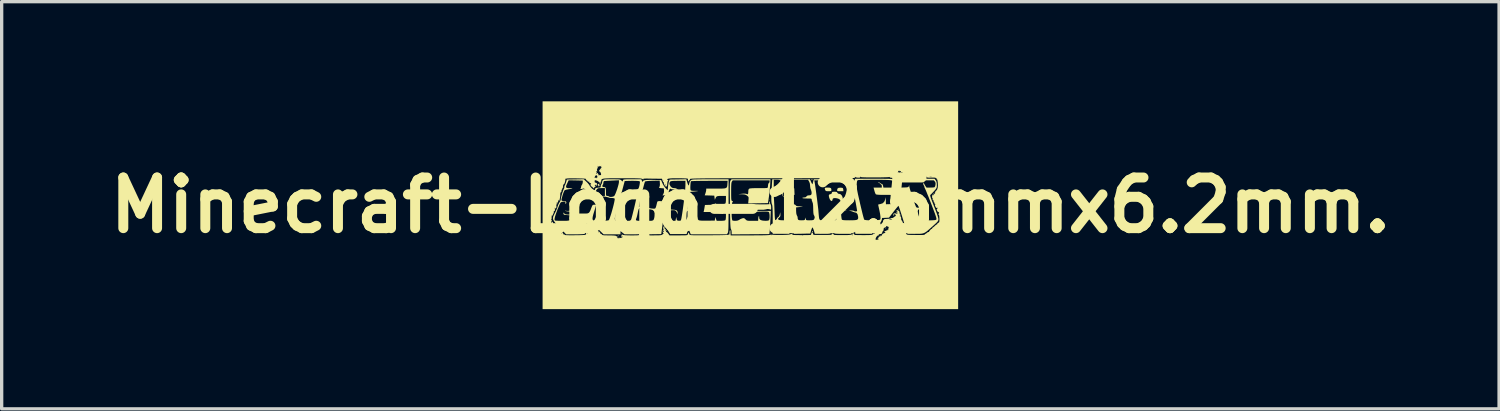
<source format=kicad_pcb>
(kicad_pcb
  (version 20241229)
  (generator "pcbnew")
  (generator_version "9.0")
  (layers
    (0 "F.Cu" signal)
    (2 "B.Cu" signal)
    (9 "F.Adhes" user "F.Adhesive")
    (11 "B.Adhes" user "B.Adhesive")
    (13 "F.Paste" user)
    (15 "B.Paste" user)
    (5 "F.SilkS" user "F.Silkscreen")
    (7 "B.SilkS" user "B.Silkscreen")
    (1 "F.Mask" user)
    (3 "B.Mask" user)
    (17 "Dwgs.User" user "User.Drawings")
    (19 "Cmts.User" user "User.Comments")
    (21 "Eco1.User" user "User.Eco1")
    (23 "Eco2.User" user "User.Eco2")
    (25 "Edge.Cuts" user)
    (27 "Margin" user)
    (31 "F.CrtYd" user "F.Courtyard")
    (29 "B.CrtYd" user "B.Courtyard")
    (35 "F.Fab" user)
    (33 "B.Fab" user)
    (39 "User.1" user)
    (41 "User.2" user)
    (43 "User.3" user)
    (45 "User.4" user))
  (footprint "Minecraft-Logo-12.5mmx6.2mm."
    (layer "F.Cu")
    (at 19.529 3.126)
    (property "Reference" "Minecraft-Logo-12.5mmx6.2mm." (at 0 0 0) (layer "F.SilkS") (effects (font (size 1.524 1.524) (thickness 0.3))))
    (attr board_only exclude_from_pos_files exclude_from_bom)
    (fp_poly (pts (xy -5.69 -0.367) (xy -5.697 -0.36) (xy -5.705 -0.367) (xy -5.697 -0.375)) (stroke (width 0) (type solid)) (fill yes) (layer "F.SilkS"))
    (fp_poly (pts (xy -4.971 -0.789) (xy -4.978 -0.782) (xy -4.986 -0.789) (xy -4.978 -0.797)) (stroke (width 0) (type solid)) (fill yes) (layer "F.SilkS"))
    (fp_poly (pts (xy -4.955 0.883) (xy -4.963 0.891) (xy -4.971 0.883) (xy -4.963 0.875)) (stroke (width 0) (type solid)) (fill yes) (layer "F.SilkS"))
    (fp_poly (pts (xy -4.892 0.617) (xy -4.9 0.625) (xy -4.908 0.617) (xy -4.9 0.61)) (stroke (width 0) (type solid)) (fill yes) (layer "F.SilkS"))
    (fp_poly (pts (xy -4.658 0.68) (xy -4.666 0.688) (xy -4.674 0.68) (xy -4.666 0.672)) (stroke (width 0) (type solid)) (fill yes) (layer "F.SilkS"))
    (fp_poly (pts (xy -3.955 0.977) (xy -3.962 0.985) (xy -3.97 0.977) (xy -3.962 0.969)) (stroke (width 0) (type solid)) (fill yes) (layer "F.SilkS"))
    (fp_poly (pts (xy -3.861 0.852) (xy -3.869 0.86) (xy -3.876 0.852) (xy -3.869 0.844)) (stroke (width 0) (type solid)) (fill yes) (layer "F.SilkS"))
    (fp_poly (pts (xy -0.641 0.883) (xy -0.649 0.891) (xy -0.656 0.883) (xy -0.649 0.875)) (stroke (width 0) (type solid)) (fill yes) (layer "F.SilkS"))
    (fp_poly (pts (xy 0.594 -0.164) (xy 0.586 -0.156) (xy 0.578 -0.164) (xy 0.586 -0.172)) (stroke (width 0) (type solid)) (fill yes) (layer "F.SilkS"))
    (fp_poly (pts (xy 0.625 0.821) (xy 0.617 0.828) (xy 0.61 0.821) (xy 0.617 0.813)) (stroke (width 0) (type solid)) (fill yes) (layer "F.SilkS"))
    (fp_poly (pts (xy 0.625 0.852) (xy 0.617 0.86) (xy 0.61 0.852) (xy 0.617 0.844)) (stroke (width 0) (type solid)) (fill yes) (layer "F.SilkS"))
    (fp_poly (pts (xy 1.907 0.883) (xy 1.899 0.891) (xy 1.891 0.883) (xy 1.899 0.875)) (stroke (width 0) (type solid)) (fill yes) (layer "F.SilkS"))
    (fp_poly (pts (xy 3.126 0.821) (xy 3.118 0.828) (xy 3.111 0.821) (xy 3.118 0.813)) (stroke (width 0) (type solid)) (fill yes) (layer "F.SilkS"))
    (fp_poly (pts (xy 3.783 0.774) (xy 3.775 0.782) (xy 3.767 0.774) (xy 3.775 0.766)) (stroke (width 0) (type solid)) (fill yes) (layer "F.SilkS"))
    (fp_poly (pts (xy 4.455 -0.993) (xy 4.447 -0.985) (xy 4.439 -0.993) (xy 4.447 -1)) (stroke (width 0) (type solid)) (fill yes) (layer "F.SilkS"))
    (fp_poly (pts (xy 4.455 -0.961) (xy 4.447 -0.953) (xy 4.439 -0.961) (xy 4.447 -0.969)) (stroke (width 0) (type solid)) (fill yes) (layer "F.SilkS"))
    (fp_poly (pts (xy 4.517 -0.993) (xy 4.509 -0.985) (xy 4.502 -0.993) (xy 4.509 -1)) (stroke (width 0) (type solid)) (fill yes) (layer "F.SilkS"))
    (fp_poly (pts (xy 5.533 -0.07) (xy 5.525 -0.063) (xy 5.518 -0.07) (xy 5.525 -0.078)) (stroke (width 0) (type solid)) (fill yes) (layer "F.SilkS"))
    (fp_poly (pts (xy 5.611 -0.774) (xy 5.604 -0.766) (xy 5.596 -0.774) (xy 5.604 -0.782)) (stroke (width 0) (type solid)) (fill yes) (layer "F.SilkS"))
    (fp_poly (pts (xy 5.658 0.242) (xy 5.651 0.25) (xy 5.643 0.242) (xy 5.651 0.234)) (stroke (width 0) (type solid)) (fill yes) (layer "F.SilkS"))
    (fp_poly (pts (xy -2.067 -0.463) (xy -2.072 -0.456) (xy -2.088 -0.455) (xy -2.105 -0.458) (xy -2.097 -0.464) (xy -2.073 -0.466)) (stroke (width 0) (type solid)) (fill yes) (layer "F.SilkS"))
    (fp_poly (pts (xy 0.62 0.746) (xy 0.622 0.778) (xy 0.62 0.785) (xy 0.614 0.787) (xy 0.612 0.766) (xy 0.615 0.744)) (stroke (width 0) (type solid)) (fill yes) (layer "F.SilkS"))
    (fp_poly (pts (xy 4.465 0.115) (xy 4.463 0.124) (xy 4.455 0.125) (xy 4.442 0.119) (xy 4.444 0.115) (xy 4.463 0.113)) (stroke (width 0) (type solid)) (fill yes) (layer "F.SilkS"))
    (fp_poly (pts (xy 5.215 0.083) (xy 5.213 0.093) (xy 5.205 0.094) (xy 5.192 0.088) (xy 5.195 0.083) (xy 5.213 0.081)) (stroke (width 0) (type solid)) (fill yes) (layer "F.SilkS"))
    (fp_poly (pts (xy 5.278 0.083) (xy 5.276 0.093) (xy 5.268 0.094) (xy 5.255 0.088) (xy 5.257 0.083) (xy 5.276 0.081)) (stroke (width 0) (type solid)) (fill yes) (layer "F.SilkS"))
    (fp_poly (pts (xy -3.963 0.909) (xy -3.968 0.922) (xy -3.98 0.935) (xy -3.997 0.945) (xy -4.001 0.939) (xy -3.992 0.921) (xy -3.974 0.908)) (stroke (width 0) (type solid)) (fill yes) (layer "F.SilkS"))
    (fp_poly (pts (xy 3.098 -0.788) (xy 3.104 -0.769) (xy 3.102 -0.765) (xy 3.089 -0.751) (xy 3.085 -0.767) (xy 3.084 -0.773) (xy 3.091 -0.789)) (stroke (width 0) (type solid)) (fill yes) (layer "F.SilkS"))
    (fp_poly (pts (xy 2.888 0.146) (xy 2.893 0.15) (xy 2.871 0.153) (xy 2.86 0.153) (xy 2.832 0.151) (xy 2.829 0.147) (xy 2.833 0.146) (xy 2.873 0.143)) (stroke (width 0) (type solid)) (fill yes) (layer "F.SilkS"))
    (fp_poly (pts (xy 4.09 0.682) (xy 4.087 0.688) (xy 4.073 0.703) (xy 4.071 0.703) (xy 4.064 0.691) (xy 4.064 0.688) (xy 4.076 0.673) (xy 4.081 0.672)) (stroke (width 0) (type solid)) (fill yes) (layer "F.SilkS"))
    (fp_poly (pts (xy -4.609 -0.28) (xy -4.6 -0.275) (xy -4.622 -0.266) (xy -4.645 -0.26) (xy -4.679 -0.258) (xy -4.697 -0.266) (xy -4.69 -0.276) (xy -4.658 -0.281) (xy -4.648 -0.281)) (stroke (width 0) (type solid)) (fill yes) (layer "F.SilkS"))
    (fp_poly (pts (xy -4.56 -0.639) (xy -4.539 -0.615) (xy -4.539 -0.587) (xy -4.558 -0.567) (xy -4.558 -0.567) (xy -4.573 -0.576) (xy -4.583 -0.607) (xy -4.583 -0.608) (xy -4.585 -0.639) (xy -4.577 -0.646)) (stroke (width 0) (type solid)) (fill yes) (layer "F.SilkS"))
    (fp_poly (pts (xy 1.864 -0.787) (xy 1.867 -0.783) (xy 1.865 -0.762) (xy 1.861 -0.759) (xy 1.841 -0.76) (xy 1.837 -0.765) (xy 1.838 -0.774) (xy 1.844 -0.774) (xy 1.852 -0.766) (xy 1.86 -0.774) (xy 1.852 -0.782) (xy 1.844 -0.774) (xy 1.838 -0.774) (xy 1.839 -0.785) (xy 1.843 -0.789)) (stroke (width 0) (type solid)) (fill yes) (layer "F.SilkS"))
    (fp_poly (pts (xy 2.723 -0.528) (xy 2.765 -0.524) (xy 2.785 -0.512) (xy 2.793 -0.487) (xy 2.795 -0.473) (xy 2.8 -0.422) (xy 2.705 -0.422) (xy 2.653 -0.423) (xy 2.624 -0.427) (xy 2.613 -0.438) (xy 2.61 -0.459) (xy 2.61 -0.459) (xy 2.621 -0.501) (xy 2.656 -0.524) (xy 2.714 -0.529)) (stroke (width 0) (type solid)) (fill yes) (layer "F.SilkS"))
    (fp_poly (pts (xy 1.247 -0.513) (xy 1.321 -0.508) (xy 1.325 -0.41) (xy 1.33 -0.313) (xy 1.275 -0.313) (xy 1.238 -0.315) (xy 1.222 -0.328) (xy 1.219 -0.361) (xy 1.219 -0.365) (xy 1.213 -0.407) (xy 1.197 -0.437) (xy 1.196 -0.438) (xy 1.176 -0.469) (xy 1.172 -0.487) (xy 1.176 -0.505) (xy 1.194 -0.513) (xy 1.232 -0.514)) (stroke (width 0) (type solid)) (fill yes) (layer "F.SilkS"))
    (fp_poly (pts (xy 2.386 -0.529) (xy 2.419 -0.517) (xy 2.435 -0.492) (xy 2.438 -0.452) (xy 2.434 -0.435) (xy 2.417 -0.426) (xy 2.38 -0.422) (xy 2.352 -0.422) (xy 2.302 -0.423) (xy 2.273 -0.43) (xy 2.258 -0.446) (xy 2.25 -0.462) (xy 2.239 -0.499) (xy 2.242 -0.52) (xy 2.266 -0.529) (xy 2.314 -0.531) (xy 2.327 -0.531)) (stroke (width 0) (type solid)) (fill yes) (layer "F.SilkS"))
    (fp_poly (pts (xy 1.265 0.776) (xy 1.266 0.802) (xy 1.264 0.839) (xy 1.26 0.859) (xy 1.258 0.86) (xy 1.251 0.848) (xy 1.25 0.843) (xy 1.242 0.833) (xy 1.237 0.835) (xy 1.228 0.831) (xy 1.227 0.81) (xy 1.233 0.789) (xy 1.235 0.789) (xy 1.243 0.797) (xy 1.25 0.789) (xy 1.243 0.782) (xy 1.235 0.789) (xy 1.233 0.789) (xy 1.235 0.783) (xy 1.248 0.763) (xy 1.26 0.757)) (stroke (width 0) (type solid)) (fill yes) (layer "F.SilkS"))
    (fp_poly (pts (xy 2.58 -0.404) (xy 2.606 -0.395) (xy 2.618 -0.375) (xy 2.618 -0.375) (xy 2.64 -0.349) (xy 2.671 -0.344) (xy 2.716 -0.33) (xy 2.753 -0.291) (xy 2.776 -0.236) (xy 2.782 -0.188) (xy 2.78 -0.148) (xy 2.77 -0.13) (xy 2.747 -0.125) (xy 2.743 -0.125) (xy 2.711 -0.133) (xy 2.704 -0.149) (xy 2.69 -0.172) (xy 2.654 -0.194) (xy 2.605 -0.209) (xy 2.553 -0.216) (xy 2.535 -0.216) (xy 2.496 -0.209) (xy 2.478 -0.193) (xy 2.473 -0.168) (xy 2.461 -0.134) (xy 2.439 -0.126) (xy 2.413 -0.145) (xy 2.388 -0.185) (xy 2.37 -0.234) (xy 2.361 -0.278) (xy 2.36 -0.285) (xy 2.367 -0.317) (xy 2.392 -0.329) (xy 2.403 -0.331) (xy 2.439 -0.344) (xy 2.451 -0.371) (xy 2.458 -0.393) (xy 2.476 -0.403) (xy 2.514 -0.406) (xy 2.532 -0.406)) (stroke (width 0) (type solid)) (fill yes) (layer "F.SilkS"))
    (fp_poly (pts (xy 0.585 -0.109) (xy 0.586 -0.089) (xy 0.593 -0.052) (xy 0.604 -0.034) (xy 0.617 -0.006) (xy 0.624 0.04) (xy 0.625 0.064) (xy 0.624 0.11) (xy 0.619 0.13) (xy 0.607 0.131) (xy 0.595 0.126) (xy 0.562 0.116) (xy 0.512 0.112) (xy 0.489 0.112) (xy 0.414 0.114) (xy 0.492 0.125) (xy 0.503 0.128) (xy 0.485 0.131) (xy 0.441 0.133) (xy 0.374 0.135) (xy 0.287 0.136) (xy 0.266 0.136) (xy 0.168 0.135) (xy 0.098 0.134) (xy 0.055 0.132) (xy 0.041 0.129) (xy 0.056 0.126) (xy 0.063 0.125) (xy 0.164 0.115) (xy 0.075 0.112) (xy 0.018 0.107) (xy -0.013 0.093) (xy -0.026 0.061) (xy -0.027 0.007) (xy -0.027 0.003) (xy -0.025 -0.032) (xy 0.284 -0.028) (xy 0.395 -0.027) (xy 0.482 -0.028) (xy 0.542 -0.03) (xy 0.573 -0.034) (xy 0.578 -0.038) (xy 0.565 -0.066) (xy 0.565 -0.098) (xy 0.576 -0.116)) (stroke (width 0) (type solid)) (fill yes) (layer "F.SilkS"))
    (fp_poly (pts (xy 0.598 -0.653) (xy 0.593 -0.579) (xy 0.584 -0.485) (xy 0.573 -0.381) (xy 0.561 -0.277) (xy 0.548 -0.183) (xy 0.537 -0.114) (xy 0.528 -0.064) (xy 0.231 -0.059) (xy -0.066 -0.055) (xy -0.057 -0.152) (xy -0.053 -0.206) (xy -0.055 -0.239) (xy -0.067 -0.261) (xy -0.091 -0.282) (xy -0.1 -0.289) (xy -0.135 -0.311) (xy -0.174 -0.324) (xy -0.227 -0.329) (xy -0.259 -0.33) (xy -0.367 -0.332) (xy -0.259 -0.345) (xy -0.195 -0.35) (xy -0.146 -0.348) (xy -0.123 -0.343) (xy -0.09 -0.33) (xy -0.072 -0.338) (xy -0.064 -0.37) (xy -0.063 -0.406) (xy -0.06 -0.456) (xy -0.049 -0.485) (xy -0.031 -0.501) (xy -0.001 -0.507) (xy 0.057 -0.512) (xy 0.139 -0.515) (xy 0.244 -0.515) (xy 0.249 -0.515) (xy 0.335 -0.514) (xy 0.41 -0.515) (xy 0.468 -0.517) (xy 0.505 -0.52) (xy 0.514 -0.523) (xy 0.525 -0.544) (xy 0.531 -0.583) (xy 0.531 -0.595) (xy 0.538 -0.645) (xy 0.555 -0.666) (xy 0.573 -0.687) (xy 0.578 -0.713) (xy 0.578 -0.75) (xy -0.53 -0.75) (xy -0.554 -0.716) (xy -0.563 -0.697) (xy -0.57 -0.668) (xy -0.574 -0.624) (xy -0.577 -0.561) (xy -0.578 -0.473) (xy -0.578 -0.41) (xy -0.578 -0.312) (xy -0.577 -0.241) (xy -0.575 -0.192) (xy -0.571 -0.161) (xy -0.565 -0.142) (xy -0.557 -0.133) (xy -0.546 -0.128) (xy -0.523 -0.116) (xy -0.529 -0.103) (xy -0.538 -0.095) (xy -0.548 -0.071) (xy -0.556 -0.024) (xy -0.562 0.041) (xy -0.565 0.117) (xy -0.566 0.198) (xy -0.564 0.278) (xy -0.561 0.35) (xy -0.554 0.409) (xy -0.546 0.448) (xy -0.538 0.459) (xy -0.489 0.469) (xy -0.431 0.468) (xy -0.376 0.459) (xy -0.338 0.441) (xy -0.337 0.44) (xy -0.3 0.417) (xy -0.252 0.397) (xy -0.247 0.395) (xy -0.208 0.387) (xy -0.181 0.393) (xy -0.152 0.419) (xy -0.147 0.424) (xy -0.126 0.444) (xy -0.107 0.457) (xy -0.08 0.464) (xy -0.041 0.468) (xy 0.019 0.469) (xy 0.065 0.469) (xy 0.234 0.469) (xy 0.236 0.418) (xy 0.24 0.372) (xy 0.25 0.336) (xy 0.259 0.321) (xy 0.263 0.332) (xy 0.265 0.363) (xy 0.27 0.406) (xy 0.29 0.432) (xy 0.312 0.445) (xy 0.354 0.459) (xy 0.41 0.466) (xy 0.469 0.468) (xy 0.521 0.464) (xy 0.555 0.454) (xy 0.56 0.45) (xy 0.572 0.422) (xy 0.578 0.374) (xy 0.579 0.317) (xy 0.574 0.262) (xy 0.564 0.22) (xy 0.554 0.203) (xy 0.538 0.196) (xy 0.508 0.191) (xy 0.459 0.189) (xy 0.389 0.189) (xy 0.293 0.191) (xy 0.236 0.193) (xy 0.124 0.197) (xy 0.04 0.198) (xy -0.02 0.196) (xy -0.059 0.188) (xy -0.082 0.174) (xy -0.091 0.152) (xy -0.09 0.121) (xy -0.084 0.078) (xy -0.082 0.067) (xy -0.067 -0.023) (xy -0.065 0.074) (xy -0.063 0.172) (xy 0.615 0.172) (xy 0.603 0.434) (xy 0.598 0.529) (xy 0.593 0.619) (xy 0.588 0.699) (xy 0.583 0.759) (xy 0.581 0.782) (xy 0.571 0.868) (xy 0.004 0.872) (xy -0.563 0.876) (xy -0.563 0.81) (xy -0.568 0.763) (xy -0.58 0.726) (xy -0.584 0.72) (xy -0.589 0.709) (xy -0.594 0.685) (xy -0.598 0.647) (xy -0.602 0.593) (xy -0.605 0.519) (xy -0.607 0.424) (xy -0.61 0.305) (xy -0.612 0.16) (xy -0.614 -0.008) (xy -0.616 -0.175) (xy -0.618 -0.313) (xy -0.619 -0.426) (xy -0.619 -0.516) (xy -0.618 -0.587) (xy -0.617 -0.64) (xy -0.615 -0.678) (xy -0.611 -0.705) (xy -0.607 -0.724) (xy -0.601 -0.737) (xy -0.594 -0.746) (xy -0.566 -0.782) (xy 0.604 -0.782)) (stroke (width 0) (type solid)) (fill yes) (layer "F.SilkS"))
    (fp_poly (pts (xy 3.878 -0.797) (xy 3.998 -0.797) (xy 4.094 -0.796) (xy 4.167 -0.795) (xy 4.221 -0.793) (xy 4.259 -0.791) (xy 4.283 -0.787) (xy 4.298 -0.782) (xy 4.306 -0.776) (xy 4.309 -0.768) (xy 4.309 -0.766) (xy 4.316 -0.746) (xy 4.328 -0.745) (xy 4.354 -0.763) (xy 4.357 -0.766) (xy 4.369 -0.774) (xy 4.383 -0.781) (xy 4.402 -0.786) (xy 4.431 -0.79) (xy 4.472 -0.793) (xy 4.528 -0.795) (xy 4.603 -0.796) (xy 4.699 -0.797) (xy 4.82 -0.797) (xy 4.97 -0.797) (xy 5.543 -0.797) (xy 5.577 -0.751) (xy 5.599 -0.712) (xy 5.609 -0.663) (xy 5.611 -0.611) (xy 5.611 -0.565) (xy 5.605 -0.531) (xy 5.591 -0.501) (xy 5.564 -0.466) (xy 5.522 -0.419) (xy 5.479 -0.374) (xy 5.445 -0.338) (xy 5.423 -0.318) (xy 5.42 -0.315) (xy 5.413 -0.309) (xy 5.411 -0.295) (xy 5.415 -0.271) (xy 5.426 -0.232) (xy 5.446 -0.177) (xy 5.475 -0.101) (xy 5.514 -0.001) (xy 5.533 0.047) (xy 5.579 0.165) (xy 5.616 0.265) (xy 5.641 0.343) (xy 5.656 0.397) (xy 5.658 0.418) (xy 5.657 0.443) (xy 5.65 0.465) (xy 5.634 0.49) (xy 5.605 0.521) (xy 5.561 0.563) (xy 5.496 0.622) (xy 5.492 0.625) (xy 5.408 0.7) (xy 5.342 0.757) (xy 5.29 0.799) (xy 5.244 0.827) (xy 5.2 0.845) (xy 5.153 0.855) (xy 5.097 0.859) (xy 5.026 0.86) (xy 4.964 0.86) (xy 4.728 0.86) (xy 4.597 0.438) (xy 4.563 0.329) (xy 4.531 0.23) (xy 4.504 0.146) (xy 4.481 0.08) (xy 4.465 0.036) (xy 4.457 0.017) (xy 4.456 0.016) (xy 4.444 0.028) (xy 4.416 0.061) (xy 4.377 0.109) (xy 4.329 0.169) (xy 4.309 0.195) (xy 4.17 0.374) (xy 3.963 0.383) (xy 3.954 0.438) (xy 3.94 0.476) (xy 3.907 0.532) (xy 3.853 0.606) (xy 3.799 0.676) (xy 3.654 0.86) (xy 3.161 0.86) (xy 3.147 0.785) (xy 3.133 0.711) (xy 3.079 0.785) (xy 3.026 0.86) (xy 2.779 0.86) (xy 2.678 0.859) (xy 2.606 0.857) (xy 2.559 0.853) (xy 2.533 0.847) (xy 2.525 0.84) (xy 2.519 0.813) (xy 2.51 0.77) (xy 2.508 0.758) (xy 2.497 0.696) (xy 2.481 0.742) (xy 2.459 0.789) (xy 2.434 0.825) (xy 2.42 0.838) (xy 2.403 0.848) (xy 2.378 0.854) (xy 2.34 0.858) (xy 2.282 0.859) (xy 2.201 0.86) (xy 2.171 0.86) (xy 1.939 0.86) (xy 1.911 0.762) (xy 1.894 0.713) (xy 1.878 0.679) (xy 1.867 0.667) (xy 1.856 0.683) (xy 1.841 0.72) (xy 1.828 0.761) (xy 1.803 0.852) (xy 1.302 0.86) (xy 1.292 0.755) (xy 1.287 0.689) (xy 1.283 0.625) (xy 1.281 0.586) (xy 1.28 0.563) (xy 1.276 0.558) (xy 1.267 0.574) (xy 1.251 0.614) (xy 1.228 0.681) (xy 1.225 0.692) (xy 1.168 0.86) (xy 0.672 0.86) (xy 0.672 0.437) (xy 0.672 0.306) (xy 0.671 0.203) (xy 0.669 0.123) (xy 0.666 0.064) (xy 0.662 0.022) (xy 0.657 -0.008) (xy 0.65 -0.029) (xy 0.648 -0.033) (xy 0.639 -0.061) (xy 0.633 -0.105) (xy 0.63 -0.168) (xy 0.63 -0.252) (xy 0.634 -0.359) (xy 0.637 -0.425) (xy 0.703 -0.425) (xy 0.801 -0.41) (xy 0.851 -0.402) (xy 0.872 -0.397) (xy 0.867 -0.394) (xy 0.836 -0.393) (xy 0.832 -0.393) (xy 0.766 -0.38) (xy 0.734 -0.358) (xy 0.718 -0.34) (xy 0.71 -0.319) (xy 0.706 -0.286) (xy 0.707 -0.235) (xy 0.71 -0.183) (xy 0.714 -0.111) (xy 0.719 -0.02) (xy 0.723 0.081) (xy 0.727 0.178) (xy 0.727 0.188) (xy 0.731 0.287) (xy 0.735 0.359) (xy 0.74 0.407) (xy 0.745 0.435) (xy 0.753 0.446) (xy 0.763 0.445) (xy 0.773 0.438) (xy 0.798 0.407) (xy 0.805 0.39) (xy 0.827 0.361) (xy 0.843 0.352) (xy 0.867 0.328) (xy 0.884 0.277) (xy 0.884 0.277) (xy 0.897 0.211) (xy 0.903 0.273) (xy 0.903 0.318) (xy 0.89 0.348) (xy 0.866 0.37) (xy 0.838 0.395) (xy 0.834 0.414) (xy 0.843 0.429) (xy 0.859 0.44) (xy 0.887 0.447) (xy 0.933 0.451) (xy 1.003 0.453) (xy 1.038 0.453) (xy 1.131 0.451) (xy 1.195 0.446) (xy 1.228 0.437) (xy 1.232 0.435) (xy 1.242 0.409) (xy 1.249 0.359) (xy 1.25 0.303) (xy 1.25 0.246) (xy 1.244 0.209) (xy 1.228 0.186) (xy 1.195 0.175) (xy 1.141 0.171) (xy 1.081 0.169) (xy 1.033 0.168) (xy 1.007 0.165) (xy 1.008 0.163) (xy 1.016 0.162) (xy 1.066 0.157) (xy 1.126 0.15) (xy 1.15 0.148) (xy 1.229 0.139) (xy 1.215 -0.031) (xy 1.28 -0.031) (xy 1.329 -0.026) (xy 1.358 -0.007) (xy 1.364 0) (xy 1.379 0.017) (xy 1.405 0.027) (xy 1.449 0.032) (xy 1.493 0.033) (xy 1.548 0.035) (xy 1.574 0.037) (xy 1.57 0.041) (xy 1.537 0.046) (xy 1.473 0.054) (xy 1.465 0.055) (xy 1.376 0.065) (xy 1.376 0.169) (xy 1.381 0.243) (xy 1.393 0.292) (xy 1.399 0.304) (xy 1.418 0.343) (xy 1.422 0.369) (xy 1.426 0.412) (xy 1.44 0.438) (xy 1.472 0.45) (xy 1.528 0.453) (xy 1.538 0.453) (xy 1.592 0.452) (xy 1.623 0.447) (xy 1.64 0.434) (xy 1.652 0.411) (xy 1.652 0.41) (xy 1.669 0.367) (xy 1.671 0.41) (xy 1.673 0.433) (xy 1.682 0.445) (xy 1.704 0.451) (xy 1.746 0.453) (xy 1.784 0.453) (xy 1.847 0.452) (xy 1.887 0.445) (xy 1.91 0.433) (xy 1.916 0.426) (xy 1.936 0.376) (xy 1.927 0.324) (xy 1.915 0.304) (xy 1.903 0.277) (xy 1.896 0.23) (xy 1.892 0.159) (xy 1.891 0.109) (xy 1.888 0.014) (xy 1.881 -0.053) (xy 1.868 -0.093) (xy 1.868 -0.094) (xy 1.851 -0.136) (xy 1.845 -0.168) (xy 1.843 -0.185) (xy 1.834 -0.195) (xy 1.812 -0.201) (xy 1.77 -0.203) (xy 1.704 -0.203) (xy 1.636 -0.205) (xy 1.588 -0.209) (xy 1.565 -0.216) (xy 1.563 -0.219) (xy 1.577 -0.229) (xy 1.611 -0.234) (xy 1.617 -0.234) (xy 1.664 -0.242) (xy 1.688 -0.266) (xy 1.719 -0.292) (xy 1.75 -0.297) (xy 1.803 -0.301) (xy 1.832 -0.318) (xy 1.843 -0.352) (xy 1.844 -0.373) (xy 1.837 -0.423) (xy 1.822 -0.467) (xy 1.821 -0.469) (xy 1.807 -0.508) (xy 1.799 -0.562) (xy 1.798 -0.586) (xy 1.788 -0.664) (xy 1.766 -0.715) (xy 1.735 -0.766) (xy 1.344 -0.766) (xy 1.222 -0.766) (xy 1.127 -0.765) (xy 1.057 -0.763) (xy 1.008 -0.761) (xy 0.976 -0.757) (xy 0.959 -0.752) (xy 0.954 -0.745) (xy 0.953 -0.743) (xy 0.963 -0.717) (xy 0.969 -0.711) (xy 0.975 -0.692) (xy 0.98 -0.646) (xy 0.983 -0.579) (xy 0.985 -0.493) (xy 0.985 -0.483) (xy 0.985 -0.264) (xy 1.063 -0.268) (xy 1.11 -0.268) (xy 1.143 -0.264) (xy 1.151 -0.261) (xy 1.145 -0.253) (xy 1.117 -0.25) (xy 1.114 -0.25) (xy 1.072 -0.248) (xy 1.044 -0.242) (xy 1.016 -0.244) (xy 0.992 -0.256) (xy 0.98 -0.268) (xy 0.971 -0.285) (xy 0.966 -0.313) (xy 0.965 -0.358) (xy 0.965 -0.425) (xy 0.966 -0.473) (xy 0.968 -0.554) (xy 0.968 -0.61) (xy 0.965 -0.648) (xy 0.958 -0.675) (xy 0.947 -0.695) (xy 0.93 -0.717) (xy 0.903 -0.745) (xy 0.876 -0.759) (xy 0.838 -0.765) (xy 0.796 -0.766) (xy 0.703 -0.766) (xy 0.703 -0.425) (xy 0.637 -0.425) (xy 0.641 -0.493) (xy 0.649 -0.637) (xy 0.659 -0.782) (xy 1.793 -0.782) (xy 1.828 -0.699) (xy 1.848 -0.658) (xy 1.863 -0.635) (xy 1.869 -0.633) (xy 1.876 -0.657) (xy 1.887 -0.698) (xy 1.891 -0.715) (xy 1.9 -0.75) (xy 1.923 -0.75) (xy 1.931 -0.707) (xy 1.942 -0.644) (xy 1.955 -0.556) (xy 1.97 -0.45) (xy 1.986 -0.334) (xy 2.002 -0.213) (xy 2.017 -0.096) (xy 2.03 0.013) (xy 2.041 0.105) (xy 2.048 0.173) (xy 2.048 0.18) (xy 2.056 0.278) (xy 2.063 0.35) (xy 2.071 0.399) (xy 2.083 0.429) (xy 2.1 0.446) (xy 2.127 0.453) (xy 2.165 0.454) (xy 2.21 0.453) (xy 2.285 0.451) (xy 2.337 0.443) (xy 2.359 0.434) (xy 2.378 0.422) (xy 2.387 0.434) (xy 2.408 0.446) (xy 2.456 0.453) (xy 2.486 0.453) (xy 2.538 0.452) (xy 2.567 0.447) (xy 2.582 0.434) (xy 2.588 0.414) (xy 2.589 0.38) (xy 2.583 0.326) (xy 2.57 0.261) (xy 2.565 0.242) (xy 2.55 0.181) (xy 2.539 0.131) (xy 2.533 0.1) (xy 2.532 0.094) (xy 2.546 0.085) (xy 2.583 0.079) (xy 2.61 0.078) (xy 2.655 0.081) (xy 2.687 0.093) (xy 2.707 0.119) (xy 2.72 0.163) (xy 2.728 0.232) (xy 2.731 0.28) (xy 2.737 0.343) (xy 2.744 0.396) (xy 2.752 0.429) (xy 2.755 0.434) (xy 2.774 0.443) (xy 2.815 0.449) (xy 2.882 0.452) (xy 2.977 0.453) (xy 2.982 0.453) (xy 3.081 0.452) (xy 3.152 0.448) (xy 3.2 0.44) (xy 3.229 0.424) (xy 3.242 0.399) (xy 3.244 0.364) (xy 3.24 0.33) (xy 3.223 0.267) (xy 3.192 0.229) (xy 3.16 0.219) (xy 3.132 0.213) (xy 3.092 0.198) (xy 3.089 0.196) (xy 3.037 0.178) (xy 2.985 0.167) (xy 2.965 0.164) (xy 2.975 0.161) (xy 3.017 0.159) (xy 3.02 0.159) (xy 3.07 0.16) (xy 3.106 0.166) (xy 3.118 0.172) (xy 3.141 0.184) (xy 3.175 0.187) (xy 3.205 0.179) (xy 3.211 0.173) (xy 3.21 0.156) (xy 3.203 0.113) (xy 3.192 0.048) (xy 3.178 -0.033) (xy 3.16 -0.126) (xy 3.141 -0.226) (xy 3.122 -0.328) (xy 3.102 -0.428) (xy 3.083 -0.522) (xy 3.067 -0.601) (xy 3.199 -0.601) (xy 3.199 -0.565) (xy 3.203 -0.524) (xy 3.21 -0.473) (xy 3.222 -0.41) (xy 3.238 -0.33) (xy 3.261 -0.229) (xy 3.29 -0.102) (xy 3.3 -0.056) (xy 3.328 0.061) (xy 3.354 0.169) (xy 3.377 0.264) (xy 3.397 0.341) (xy 3.413 0.397) (xy 3.423 0.428) (xy 3.426 0.433) (xy 3.449 0.442) (xy 3.496 0.449) (xy 3.56 0.453) (xy 3.635 0.455) (xy 3.712 0.454) (xy 3.785 0.451) (xy 3.847 0.446) (xy 3.89 0.438) (xy 3.907 0.43) (xy 3.916 0.399) (xy 3.914 0.34) (xy 3.902 0.252) (xy 3.879 0.138) (xy 3.867 0.086) (xy 3.856 0.035) (xy 3.848 -0.003) (xy 3.845 -0.017) (xy 3.859 -0.025) (xy 3.894 -0.033) (xy 3.91 -0.036) (xy 3.977 -0.057) (xy 4.025 -0.101) (xy 4.058 -0.17) (xy 4.059 -0.176) (xy 4.078 -0.242) (xy 4.077 -0.188) (xy 4.076 -0.132) (xy 4.077 -0.082) (xy 4.08 -0.03) (xy 4.271 -0.035) (xy 4.351 -0.037) (xy 4.405 -0.039) (xy 4.439 -0.044) (xy 4.457 -0.051) (xy 4.465 -0.061) (xy 4.468 -0.074) (xy 4.463 -0.113) (xy 4.448 -0.144) (xy 4.429 -0.186) (xy 4.424 -0.22) (xy 4.421 -0.25) (xy 4.412 -0.273) (xy 4.392 -0.289) (xy 4.358 -0.3) (xy 4.305 -0.307) (xy 4.23 -0.311) (xy 4.129 -0.312) (xy 4.08 -0.312) (xy 3.969 -0.312) (xy 3.886 -0.314) (xy 3.828 -0.318) (xy 3.792 -0.323) (xy 3.774 -0.331) (xy 3.773 -0.332) (xy 3.759 -0.357) (xy 3.742 -0.402) (xy 3.731 -0.442) (xy 3.707 -0.531) (xy 3.955 -0.531) (xy 3.955 -0.578) (xy 3.948 -0.615) (xy 3.933 -0.625) (xy 3.909 -0.638) (xy 3.902 -0.649) (xy 3.881 -0.673) (xy 3.857 -0.687) (xy 3.837 -0.698) (xy 3.847 -0.702) (xy 3.875 -0.692) (xy 3.9 -0.672) (xy 3.931 -0.648) (xy 3.955 -0.641) (xy 3.978 -0.628) (xy 3.993 -0.586) (xy 3.993 -0.586) (xy 4.003 -0.531) (xy 4.345 -0.531) (xy 4.345 -0.576) (xy 4.336 -0.621) (xy 4.314 -0.661) (xy 4.292 -0.693) (xy 4.289 -0.702) (xy 4.424 -0.702) (xy 4.431 -0.657) (xy 4.451 -0.605) (xy 4.458 -0.592) (xy 4.492 -0.53) (xy 4.625 -0.535) (xy 4.69 -0.537) (xy 4.73 -0.542) (xy 4.752 -0.549) (xy 4.764 -0.562) (xy 4.769 -0.578) (xy 4.777 -0.602) (xy 4.78 -0.599) (xy 4.781 -0.568) (xy 4.787 -0.539) (xy 4.801 -0.487) (xy 4.822 -0.417) (xy 4.848 -0.336) (xy 4.876 -0.25) (xy 4.905 -0.164) (xy 4.933 -0.084) (xy 4.958 -0.017) (xy 4.978 0.033) (xy 4.991 0.059) (xy 4.992 0.06) (xy 5.02 0.074) (xy 5.049 0.073) (xy 5.096 0.07) (xy 5.128 0.074) (xy 5.15 0.081) (xy 5.148 0.088) (xy 5.119 0.099) (xy 5.112 0.101) (xy 5.068 0.121) (xy 5.043 0.146) (xy 5.036 0.184) (xy 5.045 0.242) (xy 5.053 0.277) (xy 5.072 0.336) (xy 5.095 0.387) (xy 5.114 0.418) (xy 5.13 0.432) (xy 5.147 0.442) (xy 5.174 0.448) (xy 5.214 0.451) (xy 5.274 0.453) (xy 5.359 0.453) (xy 5.362 0.453) (xy 5.452 0.453) (xy 5.516 0.45) (xy 5.558 0.446) (xy 5.584 0.439) (xy 5.596 0.43) (xy 5.6 0.418) (xy 5.598 0.398) (xy 5.59 0.364) (xy 5.575 0.315) (xy 5.552 0.248) (xy 5.519 0.16) (xy 5.476 0.047) (xy 5.448 -0.027) (xy 5.404 -0.139) (xy 5.364 -0.242) (xy 5.327 -0.332) (xy 5.297 -0.407) (xy 5.274 -0.462) (xy 5.26 -0.492) (xy 5.258 -0.496) (xy 5.241 -0.532) (xy 5.236 -0.557) (xy 5.225 -0.589) (xy 5.216 -0.6) (xy 5.202 -0.631) (xy 5.206 -0.664) (xy 5.214 -0.69) (xy 5.218 -0.685) (xy 5.219 -0.68) (xy 5.229 -0.648) (xy 5.251 -0.605) (xy 5.26 -0.59) (xy 5.3 -0.531) (xy 5.413 -0.532) (xy 5.471 -0.533) (xy 5.517 -0.537) (xy 5.542 -0.543) (xy 5.543 -0.543) (xy 5.557 -0.565) (xy 5.568 -0.605) (xy 5.57 -0.617) (xy 5.573 -0.667) (xy 5.56 -0.703) (xy 5.55 -0.715) (xy 5.52 -0.75) (xy 4.424 -0.75) (xy 4.424 -0.702) (xy 4.289 -0.702) (xy 4.283 -0.717) (xy 4.283 -0.717) (xy 4.279 -0.73) (xy 4.267 -0.741) (xy 4.242 -0.749) (xy 4.203 -0.756) (xy 4.145 -0.76) (xy 4.067 -0.763) (xy 3.965 -0.765) (xy 3.837 -0.766) (xy 3.749 -0.766) (xy 3.628 -0.765) (xy 3.517 -0.764) (xy 3.419 -0.763) (xy 3.339 -0.762) (xy 3.28 -0.76) (xy 3.246 -0.757) (xy 3.241 -0.757) (xy 3.224 -0.748) (xy 3.212 -0.729) (xy 3.205 -0.693) (xy 3.2 -0.636) (xy 3.199 -0.601) (xy 3.067 -0.601) (xy 3.066 -0.603) (xy 3.052 -0.668) (xy 3.041 -0.712) (xy 3.038 -0.723) (xy 3.034 -0.73) (xy 3.025 -0.736) (xy 3.008 -0.741) (xy 2.979 -0.744) (xy 2.936 -0.747) (xy 2.875 -0.748) (xy 2.794 -0.749) (xy 2.689 -0.75) (xy 2.558 -0.75) (xy 2.477 -0.75) (xy 1.923 -0.75) (xy 1.9 -0.75) (xy 1.908 -0.782) (xy 3.029 -0.782) (xy 3.06 -0.733) (xy 3.09 -0.685) (xy 3.156 -0.797) (xy 3.729 -0.797)) (stroke (width 0) (type solid)) (fill yes) (layer "F.SilkS"))
    (fp_poly (pts (xy -4.934 -0.708) (xy -4.89 -0.664) (xy -4.856 -0.622) (xy -4.838 -0.593) (xy -4.818 -0.561) (xy -4.785 -0.523) (xy -4.747 -0.487) (xy -4.712 -0.461) (xy -4.692 -0.453) (xy -4.677 -0.467) (xy -4.671 -0.488) (xy -4.664 -0.509) (xy -4.645 -0.521) (xy -4.607 -0.527) (xy -4.584 -0.528) (xy -4.536 -0.532) (xy -4.512 -0.54) (xy -4.503 -0.556) (xy -4.502 -0.577) (xy -4.455 -0.577) (xy -4.447 -0.555) (xy -4.417 -0.547) (xy -4.41 -0.547) (xy -4.38 -0.544) (xy -4.361 -0.529) (xy -4.351 -0.499) (xy -4.346 -0.447) (xy -4.345 -0.389) (xy -4.345 -0.333) (xy -4.341 -0.3) (xy -4.333 -0.286) (xy -4.316 -0.282) (xy -4.307 -0.281) (xy -4.274 -0.276) (xy -4.259 -0.266) (xy -4.236 -0.253) (xy -4.195 -0.25) (xy -4.149 -0.256) (xy -4.109 -0.27) (xy -4.099 -0.277) (xy -4.08 -0.304) (xy -4.057 -0.354) (xy -4.032 -0.419) (xy -4.006 -0.492) (xy -3.984 -0.565) (xy -3.966 -0.631) (xy -3.956 -0.683) (xy -3.955 -0.7) (xy -3.955 -0.752) (xy -4.17 -0.742) (xy -4.249 -0.738) (xy -4.319 -0.734) (xy -4.371 -0.73) (xy -4.401 -0.727) (xy -4.404 -0.726) (xy -4.418 -0.708) (xy -4.424 -0.674) (xy -4.428 -0.637) (xy -4.439 -0.617) (xy -4.452 -0.595) (xy -4.455 -0.577) (xy -4.502 -0.577) (xy -4.502 -0.579) (xy -4.498 -0.612) (xy -4.488 -0.625) (xy -4.476 -0.639) (xy -4.465 -0.673) (xy -4.463 -0.684) (xy -4.456 -0.719) (xy -4.446 -0.744) (xy -4.429 -0.762) (xy -4.4 -0.773) (xy -4.356 -0.779) (xy -4.29 -0.781) (xy -4.199 -0.782) (xy -4.169 -0.782) (xy -4.074 -0.781) (xy -4.006 -0.78) (xy -3.958 -0.778) (xy -3.927 -0.773) (xy -3.905 -0.765) (xy -3.889 -0.754) (xy -3.881 -0.747) (xy -3.844 -0.712) (xy -3.835 -0.747) (xy -3.831 -0.759) (xy -3.822 -0.768) (xy -3.806 -0.775) (xy -3.776 -0.778) (xy -3.729 -0.781) (xy -3.66 -0.781) (xy -3.565 -0.782) (xy -3.283 -0.782) (xy -3.26 -0.731) (xy -3.246 -0.704) (xy -3.238 -0.702) (xy -3.237 -0.707) (xy -3.231 -0.728) (xy -3.213 -0.744) (xy -3.18 -0.754) (xy -3.127 -0.761) (xy -3.052 -0.763) (xy -2.949 -0.763) (xy -2.93 -0.762) (xy -2.686 -0.758) (xy -2.649 -0.669) (xy -2.617 -0.606) (xy -2.575 -0.544) (xy -2.551 -0.515) (xy -2.488 -0.45) (xy -2.478 -0.557) (xy -2.47 -0.621) (xy -2.459 -0.682) (xy -2.449 -0.719) (xy -2.429 -0.774) (xy -2.179 -0.778) (xy -1.928 -0.782) (xy -1.899 -0.688) (xy -1.883 -0.639) (xy -1.868 -0.605) (xy -1.86 -0.594) (xy -1.851 -0.608) (xy -1.842 -0.642) (xy -1.84 -0.657) (xy -1.822 -0.716) (xy -1.795 -0.75) (xy -1.784 -0.758) (xy -1.77 -0.765) (xy -1.75 -0.77) (xy -1.72 -0.774) (xy -1.678 -0.777) (xy -1.62 -0.778) (xy -1.542 -0.78) (xy -1.443 -0.781) (xy -1.317 -0.781) (xy -1.207 -0.781) (xy -0.656 -0.782) (xy -0.656 0.008) (xy -0.657 0.188) (xy -0.657 0.339) (xy -0.658 0.464) (xy -0.659 0.565) (xy -0.66 0.646) (xy -0.662 0.708) (xy -0.665 0.755) (xy -0.668 0.789) (xy -0.672 0.812) (xy -0.677 0.828) (xy -0.682 0.837) (xy -0.707 0.875) (xy -1.795 0.875) (xy -1.822 0.804) (xy -1.84 0.761) (xy -1.856 0.732) (xy -1.862 0.726) (xy -1.873 0.735) (xy -1.887 0.766) (xy -1.896 0.793) (xy -1.918 0.868) (xy -2.412 0.868) (xy -2.523 0.692) (xy -2.634 0.516) (xy -2.658 0.692) (xy -2.681 0.868) (xy -2.938 0.872) (xy -3.033 0.873) (xy -3.103 0.873) (xy -3.151 0.872) (xy -3.183 0.868) (xy -3.205 0.861) (xy -3.22 0.851) (xy -3.228 0.844) (xy -3.262 0.812) (xy -3.29 0.844) (xy -3.303 0.856) (xy -3.321 0.865) (xy -3.349 0.87) (xy -3.392 0.873) (xy -3.455 0.875) (xy -3.543 0.875) (xy -3.552 0.875) (xy -3.786 0.875) (xy -3.847 0.827) (xy -3.908 0.779) (xy -3.908 0.875) (xy -4.418 0.875) (xy -4.554 0.742) (xy -4.612 0.687) (xy -4.653 0.649) (xy -4.684 0.626) (xy -4.71 0.614) (xy -4.737 0.61) (xy -4.764 0.609) (xy -4.839 0.599) (xy -4.885 0.578) (xy -4.932 0.548) (xy -4.949 0.698) (xy -4.96 0.776) (xy -4.973 0.831) (xy -4.986 0.859) (xy -4.988 0.861) (xy -5.01 0.866) (xy -5.058 0.87) (xy -5.126 0.873) (xy -5.208 0.875) (xy -5.278 0.875) (xy -5.545 0.875) (xy -5.742 0.668) (xy -5.819 0.587) (xy -5.876 0.523) (xy -5.914 0.471) (xy -5.929 0.439) (xy -5.891 0.439) (xy -5.882 0.459) (xy -5.864 0.462) (xy -5.82 0.466) (xy -5.757 0.468) (xy -5.682 0.469) (xy -5.666 0.469) (xy -5.582 0.469) (xy -5.523 0.467) (xy -5.484 0.463) (xy -5.458 0.457) (xy -5.441 0.446) (xy -5.428 0.434) (xy -5.402 0.392) (xy -5.39 0.352) (xy -5.385 0.305) (xy -5.502 0.297) (xy -5.562 0.292) (xy -5.598 0.286) (xy -5.616 0.276) (xy -5.623 0.26) (xy -5.624 0.253) (xy -5.63 0.216) (xy -5.597 0.249) (xy -5.573 0.267) (xy -5.541 0.277) (xy -5.492 0.281) (xy -5.455 0.281) (xy -5.398 0.281) (xy -5.365 0.277) (xy -5.35 0.269) (xy -5.346 0.253) (xy -5.346 0.243) (xy -5.35 0.221) (xy -5.367 0.205) (xy -5.402 0.195) (xy -5.459 0.187) (xy -5.509 0.184) (xy -5.549 0.177) (xy -5.572 0.163) (xy -5.574 0.16) (xy -5.573 0.151) (xy -5.57 0.156) (xy -5.549 0.167) (xy -5.509 0.171) (xy -5.459 0.169) (xy -5.411 0.161) (xy -5.38 0.15) (xy -5.349 0.124) (xy -5.313 0.082) (xy -5.291 0.048) (xy -5.264 0.003) (xy -5.244 -0.019) (xy -5.223 -0.026) (xy -5.198 -0.022) (xy -5.161 -0.013) (xy -5.146 -0.002) (xy -5.148 0.023) (xy -5.157 0.057) (xy -5.168 0.114) (xy -5.174 0.176) (xy -5.174 0.184) (xy -5.174 0.25) (xy -5.021 0.25) (xy -4.949 0.25) (xy -4.898 0.245) (xy -4.863 0.23) (xy -4.838 0.202) (xy -4.814 0.155) (xy -4.787 0.084) (xy -4.783 0.073) (xy -4.763 0.024) (xy -4.747 -0.003) (xy -4.727 -0.013) (xy -4.697 -0.016) (xy -4.696 -0.016) (xy -4.66 -0.013) (xy -4.643 -0.005) (xy -4.643 -0.004) (xy -4.647 0.015) (xy -4.659 0.057) (xy -4.677 0.116) (xy -4.697 0.18) (xy -4.726 0.274) (xy -4.743 0.343) (xy -4.75 0.392) (xy -4.747 0.426) (xy -4.735 0.448) (xy -4.733 0.45) (xy -4.709 0.458) (xy -4.661 0.464) (xy -4.597 0.468) (xy -4.523 0.47) (xy -4.446 0.469) (xy -4.374 0.466) (xy -4.314 0.461) (xy -4.273 0.454) (xy -4.262 0.449) (xy -4.248 0.428) (xy -4.233 0.39) (xy -4.08 0.39) (xy -4.077 0.428) (xy -4.064 0.452) (xy -4.035 0.464) (xy -3.984 0.468) (xy -3.945 0.469) (xy -3.886 0.468) (xy -3.851 0.465) (xy -3.835 0.458) (xy -3.83 0.443) (xy -3.83 0.431) (xy -3.824 0.394) (xy -3.808 0.387) (xy -3.784 0.41) (xy -3.774 0.423) (xy -3.748 0.453) (xy -3.717 0.467) (xy -3.677 0.469) (xy -3.629 0.465) (xy -3.601 0.448) (xy -3.589 0.434) (xy -3.587 0.426) (xy -3.444 0.426) (xy -3.441 0.449) (xy -3.417 0.462) (xy -3.368 0.468) (xy -3.313 0.469) (xy -3.246 0.467) (xy -3.205 0.462) (xy -3.182 0.452) (xy -3.177 0.445) (xy -3.156 0.431) (xy -3.129 0.433) (xy -3.112 0.449) (xy -3.111 0.455) (xy -3.096 0.462) (xy -3.06 0.468) (xy -3.02 0.469) (xy -2.964 0.466) (xy -2.927 0.453) (xy -2.905 0.425) (xy -2.891 0.374) (xy -2.884 0.325) (xy -2.882 0.24) (xy -2.901 0.179) (xy -2.942 0.141) (xy -3.003 0.125) (xy -3.016 0.125) (xy -3.049 0.12) (xy -3.088 0.108) (xy -3.122 0.093) (xy -3.145 0.078) (xy -3.147 0.067) (xy -3.144 0.066) (xy -3.116 0.066) (xy -3.082 0.075) (xy -3.037 0.088) (xy -2.982 0.097) (xy -2.927 0.102) (xy -2.884 0.102) (xy -2.866 0.097) (xy -2.854 0.082) (xy -2.84 0.049) (xy -2.825 -0.007) (xy -2.807 -0.082) (xy -2.798 -0.109) (xy -2.78 -0.121) (xy -2.743 -0.125) (xy -2.727 -0.125) (xy -2.685 -0.122) (xy -2.66 -0.114) (xy -2.657 -0.109) (xy -2.669 -0.094) (xy -2.674 -0.094) (xy -2.683 -0.079) (xy -2.686 -0.038) (xy -2.685 -0.004) (xy -2.681 0.086) (xy -2.586 0.095) (xy -2.531 0.102) (xy -2.488 0.111) (xy -2.469 0.118) (xy -2.442 0.125) (xy -2.395 0.131) (xy -2.342 0.133) (xy -2.269 0.138) (xy -2.222 0.152) (xy -2.197 0.178) (xy -2.189 0.219) (xy -2.189 0.225) (xy -2.191 0.274) (xy -2.21 0.22) (xy -2.241 0.171) (xy -2.289 0.148) (xy -2.355 0.15) (xy -2.408 0.151) (xy -2.453 0.141) (xy -2.497 0.13) (xy -2.531 0.14) (xy -2.55 0.155) (xy -2.56 0.18) (xy -2.563 0.224) (xy -2.563 0.25) (xy -2.566 0.301) (xy -2.572 0.338) (xy -2.579 0.352) (xy -2.59 0.372) (xy -2.595 0.41) (xy -2.595 0.415) (xy -2.595 0.469) (xy -2.254 0.469) (xy -1.923 0.469) (xy -1.83 0.469) (xy -1.771 0.466) (xy -1.72 0.458) (xy -1.697 0.451) (xy -1.678 0.44) (xy -1.666 0.426) (xy -1.66 0.401) (xy -1.657 0.357) (xy -1.657 0.294) (xy -1.657 0.156) (xy -1.771 0.156) (xy -1.836 0.159) (xy -1.883 0.166) (xy -1.904 0.175) (xy -1.914 0.202) (xy -1.92 0.255) (xy -1.923 0.331) (xy -1.923 0.469) (xy -2.254 0.469) (xy -2.242 0.41) (xy -2.23 0.352) (xy -2.221 0.406) (xy -2.211 0.444) (xy -2.191 0.461) (xy -2.159 0.466) (xy -2.119 0.466) (xy -2.094 0.459) (xy -2.093 0.458) (xy -2.085 0.437) (xy -2.074 0.389) (xy -2.062 0.318) (xy -2.048 0.23) (xy -2.033 0.129) (xy -2.031 0.115) (xy -1.882 0.115) (xy -1.881 0.125) (xy -1.862 0.129) (xy -1.821 0.133) (xy -1.766 0.136) (xy -1.761 0.136) (xy -1.705 0.137) (xy -1.662 0.139) (xy -1.642 0.139) (xy -1.641 0.14) (xy -1.638 0.154) (xy -1.637 0.191) (xy -1.639 0.225) (xy -1.634 0.298) (xy -1.614 0.367) (xy -1.583 0.423) (xy -1.551 0.452) (xy -1.525 0.458) (xy -1.471 0.463) (xy -1.396 0.465) (xy -1.304 0.465) (xy -1.297 0.465) (xy -1.071 0.461) (xy -1.063 0.408) (xy -1.055 0.354) (xy -1.035 0.412) (xy -1.014 0.469) (xy -0.893 0.469) (xy -0.825 0.466) (xy -0.776 0.46) (xy -0.753 0.45) (xy -0.743 0.424) (xy -0.737 0.374) (xy -0.735 0.317) (xy -0.736 0.258) (xy -0.74 0.223) (xy -0.748 0.207) (xy -0.762 0.203) (xy -0.792 0.215) (xy -0.809 0.234) (xy -0.826 0.253) (xy -0.853 0.261) (xy -0.899 0.263) (xy -0.918 0.263) (xy -1.008 0.26) (xy -0.927 0.254) (xy -0.871 0.246) (xy -0.841 0.231) (xy -0.838 0.226) (xy -0.839 0.218) (xy -0.851 0.212) (xy -0.878 0.208) (xy -0.924 0.205) (xy -0.993 0.204) (xy -1.088 0.203) (xy -1.118 0.203) (xy -1.407 0.203) (xy -1.399 0.168) (xy -1.391 0.131) (xy -1.382 0.08) (xy -1.379 0.063) (xy -1.367 -0.008) (xy -1.227 -0.012) (xy -1.154 -0.016) (xy -1.107 -0.022) (xy -1.079 -0.032) (xy -1.067 -0.042) (xy -1.052 -0.056) (xy -1.047 -0.05) (xy -1.033 -0.041) (xy -0.996 -0.034) (xy -0.944 -0.031) (xy -0.886 -0.031) (xy -0.83 -0.034) (xy -0.784 -0.039) (xy -0.756 -0.048) (xy -0.753 -0.05) (xy -0.743 -0.076) (xy -0.737 -0.124) (xy -0.735 -0.175) (xy -0.735 -0.281) (xy -0.864 -0.281) (xy -0.936 -0.28) (xy -0.983 -0.275) (xy -1.013 -0.264) (xy -1.033 -0.244) (xy -1.048 -0.212) (xy -1.049 -0.211) (xy -1.069 -0.164) (xy -1.086 -0.289) (xy -1.23 -0.294) (xy -1.374 -0.298) (xy -1.351 -0.362) (xy -1.337 -0.411) (xy -1.329 -0.455) (xy -1.329 -0.463) (xy -1.329 -0.5) (xy -1.034 -0.5) (xy -0.924 -0.5) (xy -0.841 -0.502) (xy -0.781 -0.506) (xy -0.741 -0.516) (xy -0.716 -0.531) (xy -0.702 -0.555) (xy -0.695 -0.588) (xy -0.691 -0.633) (xy -0.691 -0.642) (xy -0.684 -0.735) (xy -1.232 -0.735) (xy -1.36 -0.734) (xy -1.477 -0.733) (xy -1.581 -0.732) (xy -1.668 -0.73) (xy -1.734 -0.727) (xy -1.775 -0.725) (xy -1.788 -0.722) (xy -1.795 -0.695) (xy -1.801 -0.648) (xy -1.805 -0.591) (xy -1.807 -0.533) (xy -1.805 -0.485) (xy -1.8 -0.456) (xy -1.799 -0.454) (xy -1.781 -0.441) (xy -1.745 -0.434) (xy -1.685 -0.432) (xy -1.662 -0.432) (xy -1.603 -0.432) (xy -1.575 -0.431) (xy -1.577 -0.427) (xy -1.61 -0.422) (xy -1.673 -0.415) (xy -1.719 -0.41) (xy -1.837 -0.399) (xy -1.862 -0.141) (xy -1.871 -0.054) (xy -1.877 0.021) (xy -1.881 0.079) (xy -1.882 0.115) (xy -2.031 0.115) (xy -2.018 0.019) (xy -2.003 -0.096) (xy -1.99 -0.211) (xy -1.977 -0.321) (xy -1.967 -0.422) (xy -1.959 -0.511) (xy -1.955 -0.581) (xy -1.954 -0.616) (xy -1.954 -0.735) (xy -2.172 -0.735) (xy -2.262 -0.734) (xy -2.327 -0.732) (xy -2.37 -0.727) (xy -2.397 -0.721) (xy -2.413 -0.71) (xy -2.414 -0.71) (xy -2.436 -0.668) (xy -2.43 -0.617) (xy -2.398 -0.564) (xy -2.361 -0.53) (xy -2.32 -0.517) (xy -2.299 -0.516) (xy -2.257 -0.512) (xy -2.229 -0.503) (xy -2.227 -0.502) (xy -2.201 -0.488) (xy -2.173 -0.48) (xy -2.168 -0.477) (xy -2.191 -0.475) (xy -2.235 -0.474) (xy -2.256 -0.475) (xy -2.315 -0.477) (xy -2.36 -0.481) (xy -2.384 -0.487) (xy -2.386 -0.488) (xy -2.405 -0.502) (xy -2.426 -0.487) (xy -2.445 -0.446) (xy -2.453 -0.422) (xy -2.474 -0.357) (xy -2.5 -0.319) (xy -2.539 -0.301) (xy -2.582 -0.297) (xy -2.645 -0.297) (xy -2.619 -0.337) (xy -2.599 -0.392) (xy -2.598 -0.442) (xy -2.603 -0.508) (xy -2.677 -0.513) (xy -2.727 -0.519) (xy -2.748 -0.529) (xy -2.744 -0.546) (xy -2.734 -0.557) (xy -2.726 -0.581) (xy -2.722 -0.625) (xy -2.723 -0.658) (xy -2.728 -0.742) (xy -2.939 -0.737) (xy -3.034 -0.733) (xy -3.106 -0.727) (xy -3.153 -0.72) (xy -3.169 -0.713) (xy -3.177 -0.694) (xy -3.191 -0.651) (xy -3.208 -0.587) (xy -3.229 -0.509) (xy -3.252 -0.42) (xy -3.275 -0.328) (xy -3.297 -0.235) (xy -3.317 -0.148) (xy -3.334 -0.072) (xy -3.346 -0.011) (xy -3.353 0.029) (xy -3.354 0.043) (xy -3.335 0.052) (xy -3.299 0.062) (xy -3.295 0.063) (xy -3.243 0.075) (xy -3.294 0.077) (xy -3.325 0.081) (xy -3.347 0.095) (xy -3.364 0.124) (xy -3.378 0.173) (xy -3.392 0.242) (xy -3.405 0.303) (xy -3.419 0.357) (xy -3.431 0.391) (xy -3.444 0.426) (xy -3.587 0.426) (xy -3.581 0.411) (xy -3.568 0.363) (xy -3.55 0.295) (xy -3.529 0.211) (xy -3.506 0.116) (xy -3.482 0.017) (xy -3.459 -0.084) (xy -3.438 -0.179) (xy -3.419 -0.265) (xy -3.405 -0.336) (xy -3.395 -0.387) (xy -3.392 -0.412) (xy -3.407 -0.432) (xy -3.449 -0.449) (xy -3.458 -0.451) (xy -3.525 -0.466) (xy -3.461 -0.467) (xy -3.406 -0.476) (xy -3.373 -0.496) (xy -3.357 -0.526) (xy -3.342 -0.575) (xy -3.331 -0.631) (xy -3.324 -0.682) (xy -3.326 -0.715) (xy -3.326 -0.716) (xy -3.34 -0.724) (xy -3.376 -0.73) (xy -3.439 -0.733) (xy -3.529 -0.735) (xy -3.557 -0.735) (xy -3.637 -0.734) (xy -3.705 -0.732) (xy -3.754 -0.73) (xy -3.78 -0.727) (xy -3.783 -0.725) (xy -3.787 -0.709) (xy -3.798 -0.665) (xy -3.816 -0.599) (xy -3.839 -0.512) (xy -3.867 -0.41) (xy -3.899 -0.294) (xy -3.931 -0.178) (xy -3.966 -0.052) (xy -3.997 0.064) (xy -4.025 0.169) (xy -4.048 0.257) (xy -4.065 0.326) (xy -4.076 0.372) (xy -4.08 0.39) (xy -4.233 0.39) (xy -4.23 0.382) (xy -4.208 0.317) (xy -4.183 0.24) (xy -4.159 0.155) (xy -4.135 0.068) (xy -4.114 -0.015) (xy -4.097 -0.089) (xy -4.086 -0.148) (xy -4.081 -0.187) (xy -4.083 -0.199) (xy -4.107 -0.211) (xy -4.15 -0.218) (xy -4.173 -0.219) (xy -4.219 -0.221) (xy -4.251 -0.227) (xy -4.258 -0.231) (xy -4.278 -0.239) (xy -4.32 -0.249) (xy -4.376 -0.259) (xy -4.382 -0.26) (xy -4.434 -0.269) (xy -4.457 -0.275) (xy -4.451 -0.278) (xy -4.435 -0.279) (xy -4.377 -0.281) (xy -4.377 -0.516) (xy -4.485 -0.516) (xy -4.543 -0.515) (xy -4.578 -0.511) (xy -4.601 -0.499) (xy -4.621 -0.476) (xy -4.634 -0.457) (xy -4.658 -0.415) (xy -4.672 -0.379) (xy -4.674 -0.369) (xy -4.682 -0.338) (xy -4.708 -0.316) (xy -4.756 -0.304) (xy -4.83 -0.298) (xy -4.865 -0.297) (xy -5.002 -0.297) (xy -5.002 -0.342) (xy -4.994 -0.382) (xy -4.978 -0.406) (xy -4.957 -0.438) (xy -4.966 -0.471) (xy -4.982 -0.488) (xy -5.019 -0.504) (xy -5.041 -0.499) (xy -5.082 -0.489) (xy -5.103 -0.487) (xy -5.12 -0.49) (xy -5.115 -0.495) (xy -5.1 -0.515) (xy -5.096 -0.543) (xy -5.086 -0.586) (xy -5.071 -0.611) (xy -5.052 -0.646) (xy -5.043 -0.691) (xy -5.041 -0.742) (xy -5.254 -0.747) (xy -5.468 -0.751) (xy -5.514 -0.653) (xy -5.541 -0.59) (xy -5.547 -0.549) (xy -5.531 -0.525) (xy -5.49 -0.514) (xy -5.432 -0.512) (xy -5.378 -0.512) (xy -5.355 -0.508) (xy -5.363 -0.502) (xy -5.401 -0.493) (xy -5.465 -0.483) (xy -5.522 -0.473) (xy -5.567 -0.461) (xy -5.59 -0.449) (xy -5.605 -0.423) (xy -5.624 -0.377) (xy -5.644 -0.32) (xy -5.662 -0.259) (xy -5.677 -0.204) (xy -5.684 -0.164) (xy -5.684 -0.148) (xy -5.661 -0.131) (xy -5.611 -0.125) (xy -5.561 -0.118) (xy -5.537 -0.097) (xy -5.542 -0.062) (xy -5.547 -0.052) (xy -5.559 -0.035) (xy -5.563 -0.045) (xy -5.564 -0.066) (xy -5.567 -0.094) (xy -5.583 -0.107) (xy -5.62 -0.109) (xy -5.625 -0.109) (xy -5.679 -0.101) (xy -5.709 -0.082) (xy -5.724 -0.058) (xy -5.746 -0.011) (xy -5.773 0.054) (xy -5.804 0.129) (xy -5.813 0.154) (xy -5.852 0.26) (xy -5.878 0.342) (xy -5.891 0.401) (xy -5.891 0.439) (xy -5.929 0.439) (xy -5.935 0.427) (xy -5.94 0.386) (xy -5.932 0.343) (xy -5.911 0.293) (xy -5.88 0.232) (xy -5.848 0.166) (xy -5.82 0.1) (xy -5.802 0.046) (xy -5.801 0.041) (xy -5.781 -0.016) (xy -5.754 -0.07) (xy -5.744 -0.086) (xy -5.718 -0.13) (xy -5.705 -0.174) (xy -5.705 -0.181) (xy -5.7 -0.218) (xy -5.687 -0.272) (xy -5.67 -0.335) (xy -5.649 -0.399) (xy -5.63 -0.453) (xy -5.614 -0.489) (xy -5.609 -0.495) (xy -5.598 -0.526) (xy -5.599 -0.544) (xy -5.594 -0.58) (xy -5.586 -0.595) (xy -5.571 -0.623) (xy -5.554 -0.668) (xy -5.545 -0.696) (xy -5.522 -0.774) (xy -5.268 -0.778) (xy -5.014 -0.782)) (stroke (width 0) (type solid)) (fill yes) (layer "F.SilkS"))
    (fp_poly (pts (xy 6.252 3.126) (xy -6.252 3.126) (xy -6.252 1.014) (xy 3.767 1.014) (xy 3.769 1.035) (xy 3.773 1.037) (xy 3.803 1.04) (xy 3.811 1.038) (xy 3.84 1.032) (xy 3.846 1.032) (xy 3.86 1.02) (xy 3.861 1.015) (xy 3.851 1.006) (xy 3.845 1.008) (xy 3.831 1.007) (xy 3.83 1.001) (xy 3.841 0.985) (xy 3.845 0.985) (xy 3.859 0.972) (xy 3.861 0.962) (xy 3.872 0.935) (xy 3.879 0.929) (xy 3.89 0.927) (xy 3.886 0.935) (xy 3.884 0.952) (xy 3.89 0.953) (xy 3.906 0.941) (xy 3.922 0.91) (xy 3.933 0.885) (xy 3.935 0.888) (xy 3.932 0.904) (xy 3.93 0.929) (xy 3.939 0.926) (xy 3.958 0.894) (xy 3.961 0.887) (xy 3.98 0.86) (xy 3.994 0.851) (xy 4.027 0.841) (xy 4.055 0.825) (xy 4.064 0.811) (xy 4.051 0.8) (xy 4.029 0.796) (xy 4.015 0.792) (xy 4.033 0.784) (xy 4.052 0.778) (xy 4.09 0.765) (xy 4.11 0.752) (xy 4.111 0.749) (xy 4.123 0.735) (xy 4.127 0.735) (xy 4.136 0.745) (xy 4.133 0.753) (xy 4.131 0.763) (xy 4.139 0.76) (xy 4.15 0.738) (xy 4.148 0.726) (xy 4.148 0.711) (xy 4.158 0.711) (xy 4.166 0.719) (xy 4.173 0.711) (xy 4.166 0.703) (xy 4.158 0.711) (xy 4.148 0.711) (xy 4.149 0.696) (xy 4.158 0.68) (xy 4.166 0.662) (xy 4.151 0.648) (xy 4.135 0.641) (xy 4.097 0.628) (xy 4.083 0.627) (xy 4.086 0.639) (xy 4.087 0.639) (xy 4.08 0.654) (xy 4.052 0.669) (xy 4.05 0.669) (xy 4.018 0.687) (xy 4.009 0.714) (xy 4.01 0.724) (xy 4.005 0.759) (xy 3.991 0.773) (xy 3.976 0.788) (xy 3.978 0.797) (xy 3.978 0.812) (xy 3.973 0.813) (xy 3.961 0.825) (xy 3.96 0.839) (xy 3.952 0.858) (xy 3.921 0.866) (xy 3.913 0.866) (xy 3.874 0.871) (xy 3.85 0.882) (xy 3.85 0.882) (xy 3.849 0.888) (xy 3.859 0.883) (xy 3.874 0.88) (xy 3.873 0.893) (xy 3.854 0.909) (xy 3.84 0.91) (xy 3.82 0.919) (xy 3.797 0.946) (xy 3.778 0.981) (xy 3.767 1.014) (xy -6.252 1.014) (xy -6.252 0.849) (xy -5.684 0.849) (xy -5.682 0.859) (xy -5.674 0.86) (xy -5.661 0.854) (xy -5.664 0.849) (xy -5.682 0.847) (xy -5.684 0.849) (xy -6.252 0.849) (xy -6.252 0.604) (xy -5.887 0.604) (xy -5.885 0.61) (xy -5.871 0.625) (xy -5.868 0.625) (xy -5.862 0.613) (xy -5.862 0.61) (xy -5.874 0.595) (xy -5.878 0.594) (xy -5.887 0.604) (xy -6.252 0.604) (xy -6.252 0.447) (xy -5.997 0.447) (xy -5.988 0.446) (xy -5.973 0.446) (xy -5.971 0.451) (xy -5.982 0.474) (xy -5.986 0.476) (xy -5.994 0.496) (xy -5.986 0.52) (xy -5.967 0.531) (xy -5.962 0.522) (xy -5.971 0.508) (xy -5.983 0.491) (xy -5.97 0.492) (xy -5.965 0.494) (xy -5.942 0.509) (xy -5.938 0.517) (xy -5.934 0.546) (xy -5.925 0.566) (xy -5.914 0.574) (xy -5.908 0.565) (xy -5.899 0.562) (xy -5.875 0.577) (xy -5.867 0.584) (xy -5.838 0.622) (xy -5.836 0.649) (xy -5.841 0.667) (xy -5.828 0.661) (xy -5.823 0.657) (xy -5.804 0.647) (xy -5.799 0.652) (xy -5.789 0.67) (xy -5.762 0.703) (xy -5.722 0.747) (xy -5.705 0.765) (xy -5.664 0.81) (xy -5.634 0.848) (xy -5.62 0.872) (xy -5.62 0.876) (xy -5.616 0.884) (xy -5.602 0.88) (xy -5.584 0.878) (xy -5.586 0.888) (xy -5.581 0.894) (xy -5.556 0.899) (xy -5.508 0.901) (xy -5.435 0.903) (xy -5.335 0.903) (xy -5.272 0.902) (xy -5.157 0.901) (xy -5.07 0.898) (xy -5.008 0.895) (xy -4.969 0.89) (xy -4.949 0.884) (xy -4.945 0.879) (xy -4.942 0.846) (xy -4.941 0.833) (xy -4.937 0.817) (xy -4.926 0.825) (xy -4.916 0.837) (xy -4.902 0.854) (xy -4.9 0.849) (xy -4.907 0.817) (xy -4.909 0.813) (xy -4.912 0.796) (xy -4.58 0.796) (xy -4.568 0.812) (xy -4.564 0.813) (xy -4.549 0.807) (xy -4.549 0.806) (xy -4.56 0.793) (xy -4.564 0.789) (xy -4.579 0.791) (xy -4.58 0.796) (xy -4.912 0.796) (xy -4.92 0.76) (xy -4.923 0.719) (xy -4.918 0.696) (xy -4.908 0.695) (xy -4.9 0.693) (xy -4.903 0.678) (xy -4.906 0.66) (xy -4.895 0.663) (xy -4.879 0.665) (xy -4.877 0.66) (xy -4.863 0.652) (xy -4.827 0.646) (xy -4.806 0.645) (xy -4.765 0.648) (xy -4.739 0.655) (xy -4.736 0.659) (xy -4.726 0.667) (xy -4.719 0.664) (xy -4.703 0.668) (xy -4.695 0.684) (xy -4.679 0.707) (xy -4.654 0.707) (xy -4.632 0.705) (xy -4.633 0.717) (xy -4.632 0.732) (xy -4.622 0.735) (xy -4.601 0.745) (xy -4.571 0.769) (xy -4.542 0.8) (xy -4.519 0.829) (xy -4.512 0.848) (xy -4.513 0.85) (xy -4.509 0.858) (xy -4.498 0.86) (xy -4.472 0.872) (xy -4.465 0.883) (xy -4.455 0.893) (xy -4.432 0.9) (xy -4.391 0.905) (xy -4.328 0.906) (xy -4.272 0.907) (xy -4.174 0.908) (xy -4.103 0.911) (xy -4.056 0.917) (xy -4.029 0.927) (xy -4.018 0.941) (xy -4.017 0.947) (xy -4.008 0.967) (xy -4.001 0.969) (xy -3.991 0.978) (xy -3.993 0.983) (xy -3.99 0.993) (xy -3.97 0.993) (xy -3.97 0.993) (xy -3.939 0.993) (xy -3.931 1) (xy -3.923 0.993) (xy -3.931 0.985) (xy -3.939 0.993) (xy -3.97 0.993) (xy -3.949 0.984) (xy -3.945 0.98) (xy -3.924 0.977) (xy -3.918 0.981) (xy -3.88 0.994) (xy -3.858 0.98) (xy -3.852 0.952) (xy -3.857 0.924) (xy -3.866 0.917) (xy -3.873 0.937) (xy -3.87 0.947) (xy -3.872 0.966) (xy -3.879 0.969) (xy -3.888 0.956) (xy -3.885 0.926) (xy -3.881 0.914) (xy 1.563 0.914) (xy 1.571 0.922) (xy 1.579 0.914) (xy 1.571 0.907) (xy 1.563 0.914) (xy -3.881 0.914) (xy -3.873 0.888) (xy -3.861 0.876) (xy -3.844 0.886) (xy -3.842 0.888) (xy -3.82 0.896) (xy -3.772 0.902) (xy -3.697 0.905) (xy -3.592 0.907) (xy -3.563 0.907) (xy -3.463 0.906) (xy -3.39 0.904) (xy -3.339 0.901) (xy -3.307 0.896) (xy -3.288 0.888) (xy -3.283 0.883) (xy -3.261 0.869) (xy -3.244 0.872) (xy -3.242 0.888) (xy -3.244 0.892) (xy -3.232 0.897) (xy -3.192 0.901) (xy -3.127 0.904) (xy -3.04 0.906) (xy -2.964 0.907) (xy -2.862 0.906) (xy -2.787 0.906) (xy -2.733 0.904) (xy -2.696 0.9) (xy -2.672 0.894) (xy -2.654 0.886) (xy -2.639 0.873) (xy -2.632 0.867) (xy -2.61 0.844) (xy -2.607 0.835) (xy -2.611 0.836) (xy -2.629 0.833) (xy -2.637 0.803) (xy -2.637 0.797) (xy -2.635 0.776) (xy -2.625 0.776) (xy -2.62 0.798) (xy -2.616 0.802) (xy -2.603 0.812) (xy -2.6 0.796) (xy -2.6 0.789) (xy -2.607 0.769) (xy -2.613 0.766) (xy -2.625 0.776) (xy -2.635 0.776) (xy -2.634 0.762) (xy -2.617 0.749) (xy -2.614 0.749) (xy -2.599 0.745) (xy -2.606 0.74) (xy -2.622 0.719) (xy -2.624 0.696) (xy -2.61 0.696) (xy -2.603 0.703) (xy -2.595 0.696) (xy -2.603 0.688) (xy -2.61 0.696) (xy -2.624 0.696) (xy -2.625 0.684) (xy -2.615 0.647) (xy -2.612 0.643) (xy -2.6 0.635) (xy -2.589 0.654) (xy -2.587 0.659) (xy -2.579 0.692) (xy -2.578 0.708) (xy -2.57 0.714) (xy -2.562 0.71) (xy -2.55 0.711) (xy -2.551 0.737) (xy -2.553 0.744) (xy -2.557 0.77) (xy -2.554 0.771) (xy -2.554 0.77) (xy -2.537 0.752) (xy -2.53 0.75) (xy -2.524 0.761) (xy -2.532 0.781) (xy -2.541 0.803) (xy -2.53 0.805) (xy -2.529 0.805) (xy -2.508 0.812) (xy -2.482 0.838) (xy -2.472 0.852) (xy -2.434 0.907) (xy -2.164 0.907) (xy -2.066 0.906) (xy -1.995 0.906) (xy -1.946 0.904) (xy -1.915 0.9) (xy -1.897 0.894) (xy -1.887 0.885) (xy -1.882 0.873) (xy -1.881 0.871) (xy -1.873 0.838) (xy -1.873 0.821) (xy -1.868 0.819) (xy -1.852 0.835) (xy -1.834 0.867) (xy -1.829 0.887) (xy -1.824 0.892) (xy -1.808 0.896) (xy -1.778 0.9) (xy -1.732 0.902) (xy -1.666 0.904) (xy -1.578 0.904) (xy -1.466 0.904) (xy -1.328 0.904) (xy -1.231 0.903) (xy -1.077 0.902) (xy -0.951 0.901) (xy -0.85 0.899) (xy -0.773 0.897) (xy -0.716 0.894) (xy -0.676 0.891) (xy -0.65 0.887) (xy -0.636 0.882) (xy -0.631 0.876) (xy -0.631 0.875) (xy -0.629 0.844) (xy -0.627 0.801) (xy -0.622 0.768) (xy -0.612 0.751) (xy -0.603 0.755) (xy -0.599 0.778) (xy -0.599 0.813) (xy -0.597 0.856) (xy -0.594 0.907) (xy 0 0.907) (xy 0.165 0.906) (xy 0.301 0.905) (xy 0.409 0.904) (xy 0.491 0.901) (xy 0.548 0.898) (xy 0.581 0.894) (xy 0.594 0.89) (xy 0.594 0.889) (xy 0.603 0.882) (xy 0.62 0.893) (xy 0.639 0.906) (xy 0.637 0.899) (xy 0.634 0.892) (xy 0.629 0.878) (xy 0.638 0.881) (xy 0.662 0.887) (xy 0.711 0.89) (xy 0.777 0.893) (xy 0.855 0.894) (xy 0.937 0.893) (xy 1.018 0.892) (xy 1.091 0.889) (xy 1.149 0.885) (xy 1.186 0.879) (xy 1.195 0.876) (xy 1.228 0.865) (xy 1.252 0.868) (xy 1.272 0.88) (xy 1.27 0.889) (xy 1.279 0.892) (xy 1.316 0.895) (xy 1.374 0.897) (xy 1.45 0.898) (xy 1.539 0.899) (xy 1.54 0.899) (xy 1.63 0.898) (xy 1.709 0.897) (xy 1.771 0.896) (xy 1.811 0.893) (xy 1.825 0.891) (xy 1.826 0.88) (xy 1.834 0.856) (xy 1.85 0.813) (xy 1.859 0.79) (xy 1.869 0.77) (xy 1.877 0.778) (xy 1.881 0.787) (xy 1.883 0.806) (xy 1.876 0.805) (xy 1.861 0.806) (xy 1.86 0.812) (xy 1.87 0.828) (xy 1.874 0.828) (xy 1.884 0.842) (xy 1.885 0.862) (xy 1.886 0.875) (xy 1.892 0.884) (xy 1.908 0.889) (xy 1.94 0.893) (xy 1.991 0.894) (xy 2.067 0.894) (xy 2.11 0.894) (xy 2.223 0.894) (xy 2.308 0.893) (xy 2.369 0.892) (xy 2.41 0.891) (xy 2.434 0.888) (xy 2.446 0.885) (xy 2.449 0.881) (xy 2.447 0.876) (xy 2.446 0.858) (xy 2.464 0.85) (xy 2.489 0.857) (xy 2.494 0.86) (xy 2.51 0.88) (xy 2.51 0.889) (xy 2.523 0.892) (xy 2.562 0.895) (xy 2.622 0.897) (xy 2.699 0.898) (xy 2.77 0.898) (xy 2.871 0.898) (xy 2.945 0.896) (xy 2.997 0.892) (xy 3.006 0.891) (xy 3.056 0.891) (xy 3.057 0.905) (xy 3.063 0.907) (xy 3.079 0.895) (xy 3.079 0.891) (xy 3.074 0.876) (xy 3.072 0.875) (xy 3.059 0.886) (xy 3.056 0.891) (xy 3.006 0.891) (xy 3.03 0.887) (xy 3.048 0.88) (xy 3.054 0.875) (xy 3.084 0.849) (xy 3.112 0.849) (xy 3.128 0.871) (xy 3.129 0.891) (xy 3.144 0.894) (xy 3.185 0.896) (xy 3.247 0.897) (xy 3.325 0.898) (xy 3.397 0.899) (xy 3.496 0.898) (xy 3.569 0.897) (xy 3.62 0.894) (xy 3.654 0.89) (xy 3.676 0.883) (xy 3.691 0.873) (xy 3.693 0.871) (xy 3.719 0.852) (xy 3.734 0.851) (xy 3.745 0.846) (xy 3.746 0.836) (xy 3.738 0.822) (xy 3.731 0.824) (xy 3.723 0.823) (xy 3.727 0.814) (xy 3.751 0.801) (xy 3.766 0.801) (xy 3.787 0.797) (xy 3.795 0.769) (xy 3.809 0.73) (xy 3.824 0.711) (xy 3.845 0.711) (xy 3.853 0.719) (xy 3.861 0.711) (xy 3.853 0.703) (xy 3.845 0.711) (xy 3.824 0.711) (xy 3.833 0.7) (xy 3.857 0.673) (xy 3.861 0.664) (xy 3.892 0.664) (xy 3.9 0.672) (xy 3.908 0.664) (xy 3.9 0.656) (xy 3.892 0.664) (xy 3.861 0.664) (xy 3.865 0.655) (xy 3.874 0.643) (xy 3.884 0.641) (xy 3.904 0.628) (xy 3.908 0.615) (xy 3.918 0.589) (xy 3.945 0.555) (xy 3.954 0.545) (xy 3.984 0.509) (xy 3.992 0.48) (xy 3.992 0.477) (xy 3.992 0.457) (xy 4 0.453) (xy 4.013 0.442) (xy 4.013 0.434) (xy 4.014 0.433) (xy 4.175 0.433) (xy 4.188 0.437) (xy 4.206 0.437) (xy 4.246 0.431) (xy 4.267 0.422) (xy 4.274 0.413) (xy 4.253 0.414) (xy 4.236 0.416) (xy 4.192 0.426) (xy 4.175 0.433) (xy 4.014 0.433) (xy 4.022 0.422) (xy 4.056 0.414) (xy 4.118 0.41) (xy 4.123 0.41) (xy 4.178 0.406) (xy 4.218 0.399) (xy 4.236 0.392) (xy 4.236 0.391) (xy 4.247 0.382) (xy 4.259 0.385) (xy 4.285 0.381) (xy 4.316 0.361) (xy 4.345 0.338) (xy 4.364 0.328) (xy 4.375 0.316) (xy 4.377 0.304) (xy 4.364 0.279) (xy 4.337 0.269) (xy 4.31 0.279) (xy 4.301 0.294) (xy 4.314 0.297) (xy 4.327 0.302) (xy 4.326 0.306) (xy 4.307 0.312) (xy 4.294 0.297) (xy 4.296 0.271) (xy 4.298 0.267) (xy 4.309 0.258) (xy 4.424 0.258) (xy 4.431 0.266) (xy 4.439 0.258) (xy 4.431 0.25) (xy 4.424 0.258) (xy 4.309 0.258) (xy 4.325 0.245) (xy 4.364 0.244) (xy 4.385 0.253) (xy 4.406 0.251) (xy 4.417 0.242) (xy 4.47 0.242) (xy 4.478 0.25) (xy 4.486 0.242) (xy 4.478 0.234) (xy 4.47 0.242) (xy 4.417 0.242) (xy 4.423 0.238) (xy 4.437 0.22) (xy 4.428 0.22) (xy 4.419 0.223) (xy 4.397 0.224) (xy 4.392 0.209) (xy 4.402 0.192) (xy 4.42 0.194) (xy 4.438 0.199) (xy 4.432 0.192) (xy 4.42 0.182) (xy 4.401 0.164) (xy 4.439 0.164) (xy 4.447 0.172) (xy 4.455 0.164) (xy 4.447 0.156) (xy 4.439 0.164) (xy 4.401 0.164) (xy 4.395 0.159) (xy 4.399 0.149) (xy 4.42 0.148) (xy 4.46 0.159) (xy 4.481 0.18) (xy 4.48 0.197) (xy 4.481 0.216) (xy 4.488 0.219) (xy 4.499 0.231) (xy 4.497 0.25) (xy 4.496 0.271) (xy 4.503 0.273) (xy 4.514 0.278) (xy 4.517 0.297) (xy 4.511 0.32) (xy 4.499 0.319) (xy 4.489 0.317) (xy 4.493 0.326) (xy 4.511 0.337) (xy 4.518 0.335) (xy 4.529 0.335) (xy 4.534 0.354) (xy 4.538 0.397) (xy 4.538 0.418) (xy 4.543 0.446) (xy 4.55 0.453) (xy 4.564 0.466) (xy 4.578 0.497) (xy 4.589 0.532) (xy 4.59 0.558) (xy 4.589 0.56) (xy 4.589 0.578) (xy 4.593 0.581) (xy 4.608 0.598) (xy 4.619 0.623) (xy 4.623 0.649) (xy 4.614 0.65) (xy 4.593 0.65) (xy 4.589 0.655) (xy 4.593 0.665) (xy 4.607 0.665) (xy 4.632 0.674) (xy 4.646 0.703) (xy 4.644 0.74) (xy 4.638 0.757) (xy 4.631 0.778) (xy 4.644 0.778) (xy 4.648 0.777) (xy 4.668 0.774) (xy 4.671 0.778) (xy 4.674 0.801) (xy 4.679 0.817) (xy 4.692 0.854) (xy 4.697 0.868) (xy 4.71 0.882) (xy 4.745 0.889) (xy 4.802 0.892) (xy 4.861 0.893) (xy 4.939 0.894) (xy 5.023 0.895) (xy 5.07 0.896) (xy 5.153 0.896) (xy 5.208 0.893) (xy 5.238 0.887) (xy 5.248 0.879) (xy 5.263 0.861) (xy 5.269 0.86) (xy 5.289 0.85) (xy 5.315 0.828) (xy 5.343 0.808) (xy 5.362 0.806) (xy 5.374 0.806) (xy 5.374 0.802) (xy 5.381 0.784) (xy 5.404 0.754) (xy 5.413 0.744) (xy 5.439 0.719) (xy 5.455 0.711) (xy 5.456 0.713) (xy 5.462 0.713) (xy 5.469 0.698) (xy 5.485 0.673) (xy 5.495 0.667) (xy 5.514 0.655) (xy 5.544 0.628) (xy 5.554 0.617) (xy 5.586 0.589) (xy 5.61 0.575) (xy 5.615 0.575) (xy 5.623 0.57) (xy 5.621 0.565) (xy 5.627 0.549) (xy 5.652 0.531) (xy 5.672 0.518) (xy 5.684 0.5) (xy 5.688 0.47) (xy 5.689 0.42) (xy 5.688 0.396) (xy 5.685 0.342) (xy 5.68 0.305) (xy 5.673 0.29) (xy 5.672 0.291) (xy 5.66 0.294) (xy 5.661 0.278) (xy 5.673 0.245) (xy 5.68 0.217) (xy 5.669 0.209) (xy 5.663 0.209) (xy 5.64 0.197) (xy 5.618 0.163) (xy 5.616 0.159) (xy 5.606 0.128) (xy 5.608 0.116) (xy 5.611 0.117) (xy 5.623 0.112) (xy 5.627 0.091) (xy 5.624 0.068) (xy 5.615 0.074) (xy 5.613 0.077) (xy 5.6 0.085) (xy 5.585 0.069) (xy 5.574 0.05) (xy 5.554 0.008) (xy 5.551 -0.01) (xy 5.563 -0.01) (xy 5.568 -0.008) (xy 5.574 -0.008) (xy 5.561 -0.02) (xy 5.544 -0.041) (xy 5.544 -0.052) (xy 5.542 -0.07) (xy 5.526 -0.093) (xy 5.51 -0.122) (xy 5.511 -0.142) (xy 5.514 -0.154) (xy 5.506 -0.151) (xy 5.488 -0.154) (xy 5.48 -0.165) (xy 5.479 -0.181) (xy 5.49 -0.178) (xy 5.502 -0.173) (xy 5.492 -0.188) (xy 5.491 -0.189) (xy 5.466 -0.241) (xy 5.472 -0.295) (xy 5.505 -0.346) (xy 5.551 -0.399) (xy 5.518 -0.348) (xy 5.5 -0.316) (xy 5.497 -0.298) (xy 5.5 -0.297) (xy 5.517 -0.31) (xy 5.526 -0.328) (xy 5.539 -0.35) (xy 5.549 -0.352) (xy 5.558 -0.357) (xy 5.557 -0.374) (xy 5.564 -0.409) (xy 5.579 -0.426) (xy 5.617 -0.467) (xy 5.637 -0.527) (xy 5.643 -0.597) (xy 5.638 -0.695) (xy 5.627 -0.763) (xy 5.607 -0.801) (xy 5.594 -0.809) (xy 5.573 -0.819) (xy 5.571 -0.826) (xy 5.56 -0.83) (xy 5.524 -0.832) (xy 5.47 -0.832) (xy 5.446 -0.831) (xy 5.372 -0.83) (xy 5.328 -0.834) (xy 5.314 -0.843) (xy 5.308 -0.85) (xy 5.392 -0.85) (xy 5.413 -0.848) (xy 5.424 -0.848) (xy 5.452 -0.849) (xy 5.456 -0.853) (xy 5.451 -0.855) (xy 5.412 -0.857) (xy 5.397 -0.855) (xy 5.392 -0.85) (xy 5.308 -0.85) (xy 5.303 -0.857) (xy 5.278 -0.858) (xy 5.254 -0.847) (xy 5.246 -0.836) (xy 5.24 -0.829) (xy 5.224 -0.824) (xy 5.196 -0.819) (xy 5.152 -0.817) (xy 5.09 -0.815) (xy 5.004 -0.813) (xy 4.893 -0.813) (xy 4.811 -0.813) (xy 4.63 -0.814) (xy 4.48 -0.816) (xy 4.361 -0.819) (xy 4.273 -0.824) (xy 4.217 -0.83) (xy 4.196 -0.836) (xy 5.221 -0.836) (xy 5.228 -0.828) (xy 5.236 -0.836) (xy 5.228 -0.844) (xy 5.221 -0.836) (xy 4.196 -0.836) (xy 4.191 -0.838) (xy 4.197 -0.847) (xy 4.198 -0.847) (xy 4.206 -0.852) (xy 4.298 -0.852) (xy 4.306 -0.844) (xy 4.314 -0.852) (xy 4.306 -0.86) (xy 4.298 -0.852) (xy 4.206 -0.852) (xy 4.209 -0.854) (xy 4.191 -0.851) (xy 4.181 -0.849) (xy 4.152 -0.846) (xy 4.099 -0.843) (xy 4.027 -0.841) (xy 3.941 -0.839) (xy 3.846 -0.838) (xy 3.746 -0.837) (xy 3.647 -0.837) (xy 3.554 -0.838) (xy 3.47 -0.839) (xy 3.402 -0.841) (xy 3.354 -0.843) (xy 3.331 -0.847) (xy 3.329 -0.848) (xy 3.317 -0.859) (xy 3.313 -0.86) (xy 3.303 -0.85) (xy 3.306 -0.844) (xy 3.3 -0.834) (xy 3.273 -0.829) (xy 3.235 -0.829) (xy 3.196 -0.834) (xy 3.166 -0.843) (xy 3.158 -0.848) (xy 3.145 -0.857) (xy 3.147 -0.85) (xy 3.144 -0.83) (xy 3.131 -0.822) (xy 3.113 -0.821) (xy 3.065 -0.819) (xy 2.989 -0.818) (xy 2.887 -0.817) (xy 2.761 -0.816) (xy 2.611 -0.816) (xy 2.441 -0.815) (xy 2.251 -0.814) (xy 2.044 -0.814) (xy 1.82 -0.813) (xy 1.582 -0.813) (xy 1.332 -0.812) (xy 1.07 -0.812) (xy 0.8 -0.812) (xy 0.646 -0.812) (xy 0.317 -0.812) (xy 0.019 -0.812) (xy -0.251 -0.812) (xy -0.494 -0.812) (xy -0.711 -0.811) (xy -0.903 -0.811) (xy -1.073 -0.81) (xy -1.221 -0.81) (xy -1.349 -0.809) (xy -1.457 -0.808) (xy -1.549 -0.806) (xy -1.624 -0.805) (xy -1.684 -0.803) (xy -1.731 -0.802) (xy -1.766 -0.799) (xy -1.79 -0.797) (xy -1.805 -0.795) (xy -1.812 -0.792) (xy -1.813 -0.79) (xy -1.825 -0.763) (xy -1.834 -0.755) (xy -1.859 -0.729) (xy -1.864 -0.719) (xy -1.871 -0.715) (xy -1.876 -0.733) (xy -1.879 -0.764) (xy -1.877 -0.792) (xy -1.886 -0.799) (xy -1.917 -0.805) (xy -1.972 -0.808) (xy -2.054 -0.811) (xy -2.148 -0.812) (xy -2.264 -0.812) (xy -2.353 -0.811) (xy -2.417 -0.807) (xy -2.461 -0.801) (xy -2.487 -0.793) (xy -2.499 -0.781) (xy -2.501 -0.771) (xy -2.493 -0.756) (xy -2.485 -0.758) (xy -2.471 -0.757) (xy -2.47 -0.752) (xy -2.481 -0.73) (xy -2.485 -0.727) (xy -2.495 -0.707) (xy -2.5 -0.667) (xy -2.501 -0.648) (xy -2.504 -0.606) (xy -2.513 -0.581) (xy -2.517 -0.578) (xy -2.527 -0.569) (xy -2.524 -0.563) (xy -2.527 -0.554) (xy -2.54 -0.557) (xy -2.564 -0.577) (xy -2.587 -0.611) (xy -2.589 -0.616) (xy -2.574 -0.616) (xy -2.571 -0.61) (xy -2.557 -0.595) (xy -2.555 -0.594) (xy -2.548 -0.606) (xy -2.548 -0.61) (xy -2.56 -0.625) (xy -2.564 -0.625) (xy -2.574 -0.616) (xy -2.589 -0.616) (xy -2.602 -0.646) (xy -2.603 -0.672) (xy -2.602 -0.673) (xy -2.603 -0.687) (xy -2.608 -0.688) (xy -2.623 -0.701) (xy -2.639 -0.734) (xy -2.642 -0.742) (xy -2.626 -0.742) (xy -2.618 -0.735) (xy -2.61 -0.742) (xy -2.618 -0.75) (xy -2.626 -0.742) (xy -2.642 -0.742) (xy -2.66 -0.797) (xy -2.811 -0.799) (xy -2.897 -0.8) (xy -2.989 -0.801) (xy -3.072 -0.802) (xy -3.09 -0.803) (xy -3.148 -0.803) (xy -3.193 -0.801) (xy -3.215 -0.798) (xy -3.217 -0.797) (xy -3.22 -0.775) (xy -3.237 -0.781) (xy -3.244 -0.788) (xy -3.254 -0.794) (xy -3.271 -0.8) (xy -3.298 -0.804) (xy -3.338 -0.807) (xy -3.394 -0.809) (xy -3.47 -0.811) (xy -3.567 -0.812) (xy -3.69 -0.812) (xy -3.84 -0.812) (xy -3.853 -0.812) (xy -4.01 -0.812) (xy -4.139 -0.812) (xy -4.242 -0.811) (xy -4.322 -0.808) (xy -4.383 -0.805) (xy -4.426 -0.799) (xy -4.455 -0.791) (xy -4.473 -0.781) (xy -4.482 -0.768) (xy -4.486 -0.751) (xy -4.486 -0.733) (xy -4.492 -0.711) (xy -4.5 -0.71) (xy -4.508 -0.706) (xy -4.507 -0.69) (xy -4.508 -0.66) (xy -4.516 -0.649) (xy -4.53 -0.647) (xy -4.531 -0.651) (xy -4.534 -0.677) (xy -4.547 -0.701) (xy -4.563 -0.711) (xy -4.566 -0.71) (xy -4.579 -0.711) (xy -4.58 -0.715) (xy -4.593 -0.729) (xy -4.626 -0.743) (xy -4.632 -0.745) (xy -4.667 -0.754) (xy -4.682 -0.749) (xy -4.686 -0.724) (xy -4.686 -0.72) (xy -4.681 -0.688) (xy -4.661 -0.679) (xy -4.654 -0.679) (xy -4.625 -0.668) (xy -4.61 -0.637) (xy -4.605 -0.606) (xy -4.616 -0.595) (xy -4.632 -0.594) (xy -4.654 -0.597) (xy -4.647 -0.606) (xy -4.642 -0.61) (xy -4.631 -0.622) (xy -4.637 -0.625) (xy -4.66 -0.614) (xy -4.676 -0.599) (xy -4.687 -0.581) (xy -4.678 -0.584) (xy -4.661 -0.584) (xy -4.658 -0.571) (xy -4.665 -0.553) (xy -4.672 -0.554) (xy -4.688 -0.549) (xy -4.698 -0.53) (xy -4.706 -0.508) (xy -4.716 -0.508) (xy -4.738 -0.53) (xy -4.743 -0.537) (xy -4.769 -0.562) (xy -4.787 -0.569) (xy -4.789 -0.568) (xy -4.798 -0.569) (xy -4.799 -0.574) (xy -4.804 -0.603) (xy -4.809 -0.619) (xy -4.812 -0.637) (xy -4.801 -0.635) (xy -4.79 -0.634) (xy -4.793 -0.649) (xy -4.811 -0.666) (xy -4.824 -0.666) (xy -4.842 -0.67) (xy -4.846 -0.692) (xy -4.85 -0.713) (xy -4.858 -0.709) (xy -4.875 -0.707) (xy -4.908 -0.732) (xy -4.916 -0.74) (xy -4.918 -0.742) (xy -4.908 -0.742) (xy -4.9 -0.735) (xy -4.892 -0.742) (xy -4.9 -0.75) (xy -4.908 -0.742) (xy -4.918 -0.742) (xy -4.943 -0.771) (xy -4.955 -0.792) (xy -4.955 -0.796) (xy -4.967 -0.799) (xy -5.006 -0.802) (xy -5.067 -0.805) (xy -5.145 -0.807) (xy -5.236 -0.809) (xy -5.241 -0.809) (xy -5.349 -0.81) (xy -5.429 -0.81) (xy -5.486 -0.808) (xy -5.524 -0.804) (xy -5.547 -0.798) (xy -5.557 -0.792) (xy -5.571 -0.77) (xy -5.571 -0.761) (xy -5.569 -0.743) (xy -5.576 -0.71) (xy -5.587 -0.673) (xy -5.6 -0.644) (xy -5.611 -0.633) (xy -5.612 -0.633) (xy -5.623 -0.627) (xy -5.633 -0.602) (xy -5.638 -0.571) (xy -5.635 -0.547) (xy -5.634 -0.546) (xy -5.636 -0.532) (xy -5.642 -0.531) (xy -5.655 -0.518) (xy -5.658 -0.5) (xy -5.665 -0.475) (xy -5.673 -0.469) (xy -5.682 -0.456) (xy -5.682 -0.437) (xy -5.686 -0.407) (xy -5.698 -0.396) (xy -5.715 -0.375) (xy -5.72 -0.346) (xy -5.721 -0.296) (xy -5.727 -0.24) (xy -5.736 -0.187) (xy -5.747 -0.147) (xy -5.757 -0.13) (xy -5.765 -0.13) (xy -5.762 -0.137) (xy -5.76 -0.158) (xy -5.764 -0.162) (xy -5.774 -0.155) (xy -5.78 -0.129) (xy -5.792 -0.09) (xy -5.814 -0.071) (xy -5.836 -0.074) (xy -5.843 -0.072) (xy -5.839 -0.065) (xy -5.821 -0.053) (xy -5.814 -0.055) (xy -5.806 -0.052) (xy -5.809 -0.04) (xy -5.824 -0.024) (xy -5.834 -0.025) (xy -5.843 -0.022) (xy -5.839 -0.003) (xy -5.835 0.036) (xy -5.84 0.071) (xy -5.849 0.1) (xy -5.859 0.101) (xy -5.871 0.086) (xy -5.883 0.072) (xy -5.887 0.08) (xy -5.882 0.115) (xy -5.882 0.118) (xy -5.878 0.156) (xy -5.884 0.168) (xy -5.89 0.166) (xy -5.906 0.167) (xy -5.908 0.181) (xy -5.914 0.213) (xy -5.929 0.254) (xy -5.948 0.294) (xy -5.966 0.322) (xy -5.975 0.328) (xy -5.982 0.34) (xy -5.979 0.359) (xy -5.978 0.397) (xy -5.987 0.423) (xy -5.997 0.447) (xy -6.252 0.447) (xy -6.252 0.383) (xy -6.002 0.383) (xy -5.994 0.391) (xy -5.987 0.383) (xy -5.994 0.375) (xy -6.002 0.383) (xy -6.252 0.383) (xy -6.252 0.305) (xy -5.987 0.305) (xy -5.979 0.313) (xy -5.971 0.305) (xy -5.979 0.297) (xy -5.987 0.305) (xy -6.252 0.305) (xy -6.252 0.18) (xy -5.94 0.18) (xy -5.932 0.188) (xy -5.924 0.18) (xy -5.932 0.172) (xy -5.94 0.18) (xy -6.252 0.18) (xy -6.252 -0.805) (xy -5.58 -0.805) (xy -5.572 -0.797) (xy -5.565 -0.805) (xy -5.572 -0.813) (xy -5.58 -0.805) (xy -6.252 -0.805) (xy -6.252 -0.84) (xy -4.685 -0.84) (xy -4.684 -0.821) (xy -4.668 -0.824) (xy -4.656 -0.829) (xy -4.633 -0.839) (xy -4.633 -0.832) (xy -4.635 -0.828) (xy -4.637 -0.814) (xy -4.626 -0.816) (xy -4.608 -0.834) (xy -4.604 -0.864) (xy -4.613 -0.892) (xy -4.63 -0.903) (xy -4.663 -0.891) (xy -4.682 -0.852) (xy -4.685 -0.84) (xy -6.252 -0.84) (xy -6.252 -1.032) (xy -4.641 -1.032) (xy -4.636 -1.021) (xy -4.629 -1.011) (xy -4.618 -0.991) (xy -4.622 -0.985) (xy -4.635 -0.972) (xy -4.637 -0.961) (xy -4.632 -0.946) (xy -4.621 -0.953) (xy -4.597 -0.968) (xy -4.59 -0.969) (xy -4.582 -0.962) (xy -4.585 -0.959) (xy -4.583 -0.943) (xy -4.568 -0.927) (xy -4.555 -0.914) (xy -4.563 -0.916) (xy -4.577 -0.919) (xy -4.573 -0.908) (xy -4.556 -0.897) (xy -4.544 -0.905) (xy -4.52 -0.912) (xy -4.509 -0.906) (xy -4.496 -0.903) (xy -4.492 -0.927) (xy -4.492 -0.934) (xy -4.501 -0.97) (xy -4.505 -0.979) (xy 4.432 -0.979) (xy 4.437 -0.952) (xy 4.461 -0.946) (xy 4.468 -0.949) (xy 4.524 -0.949) (xy 4.533 -0.92) (xy 4.556 -0.907) (xy 4.558 -0.907) (xy 4.575 -0.921) (xy 4.58 -0.953) (xy 4.574 -0.991) (xy 4.558 -0.999) (xy 4.535 -0.979) (xy 4.524 -0.949) (xy 4.468 -0.949) (xy 4.502 -0.965) (xy 4.513 -0.973) (xy 4.528 -0.993) (xy 4.533 -1.015) (xy 4.526 -1.026) (xy 4.517 -1.024) (xy 4.503 -1.027) (xy 4.501 -1.035) (xy 4.497 -1.045) (xy 4.486 -1.032) (xy 4.474 -1.016) (xy 4.47 -1.028) (xy 4.47 -1.032) (xy 4.465 -1.043) (xy 4.452 -1.025) (xy 4.451 -1.024) (xy 4.432 -0.979) (xy -4.505 -0.979) (xy -4.519 -1.003) (xy -4.54 -1.021) (xy -4.552 -1.021) (xy -4.557 -1.025) (xy -4.548 -1.045) (xy -4.53 -1.073) (xy -4.52 -1.086) (xy -4.502 -1.086) (xy -4.494 -1.079) (xy -4.486 -1.086) (xy -4.494 -1.094) (xy -4.502 -1.086) (xy -4.52 -1.086) (xy -4.509 -1.1) (xy -4.492 -1.118) (xy -4.476 -1.135) (xy -4.482 -1.141) (xy -4.493 -1.152) (xy -4.49 -1.168) (xy -4.486 -1.187) (xy -4.498 -1.181) (xy -4.507 -1.174) (xy -4.527 -1.161) (xy -4.533 -1.169) (xy -4.533 -1.174) (xy -4.537 -1.187) (xy -4.549 -1.172) (xy -4.564 -1.157) (xy -4.578 -1.168) (xy -4.581 -1.172) (xy -4.594 -1.187) (xy -4.592 -1.175) (xy -4.59 -1.17) (xy -4.591 -1.139) (xy -4.605 -1.102) (xy -4.618 -1.065) (xy -4.611 -1.04) (xy -4.609 -1.037) (xy -4.6 -1.022) (xy -4.616 -1.025) (xy -4.621 -1.026) (xy -4.641 -1.032) (xy -6.252 -1.032) (xy -6.252 -3.126) (xy 6.252 -3.126)) (stroke (width 0) (type solid)) (fill yes) (layer "F.SilkS")))
  (gr_rect
    (start -3 -3)
    (end 42.058 9.252)
    (stroke (width 0.1) (type default))
    (fill no)
    (layer "Edge.Cuts")))
</source>
